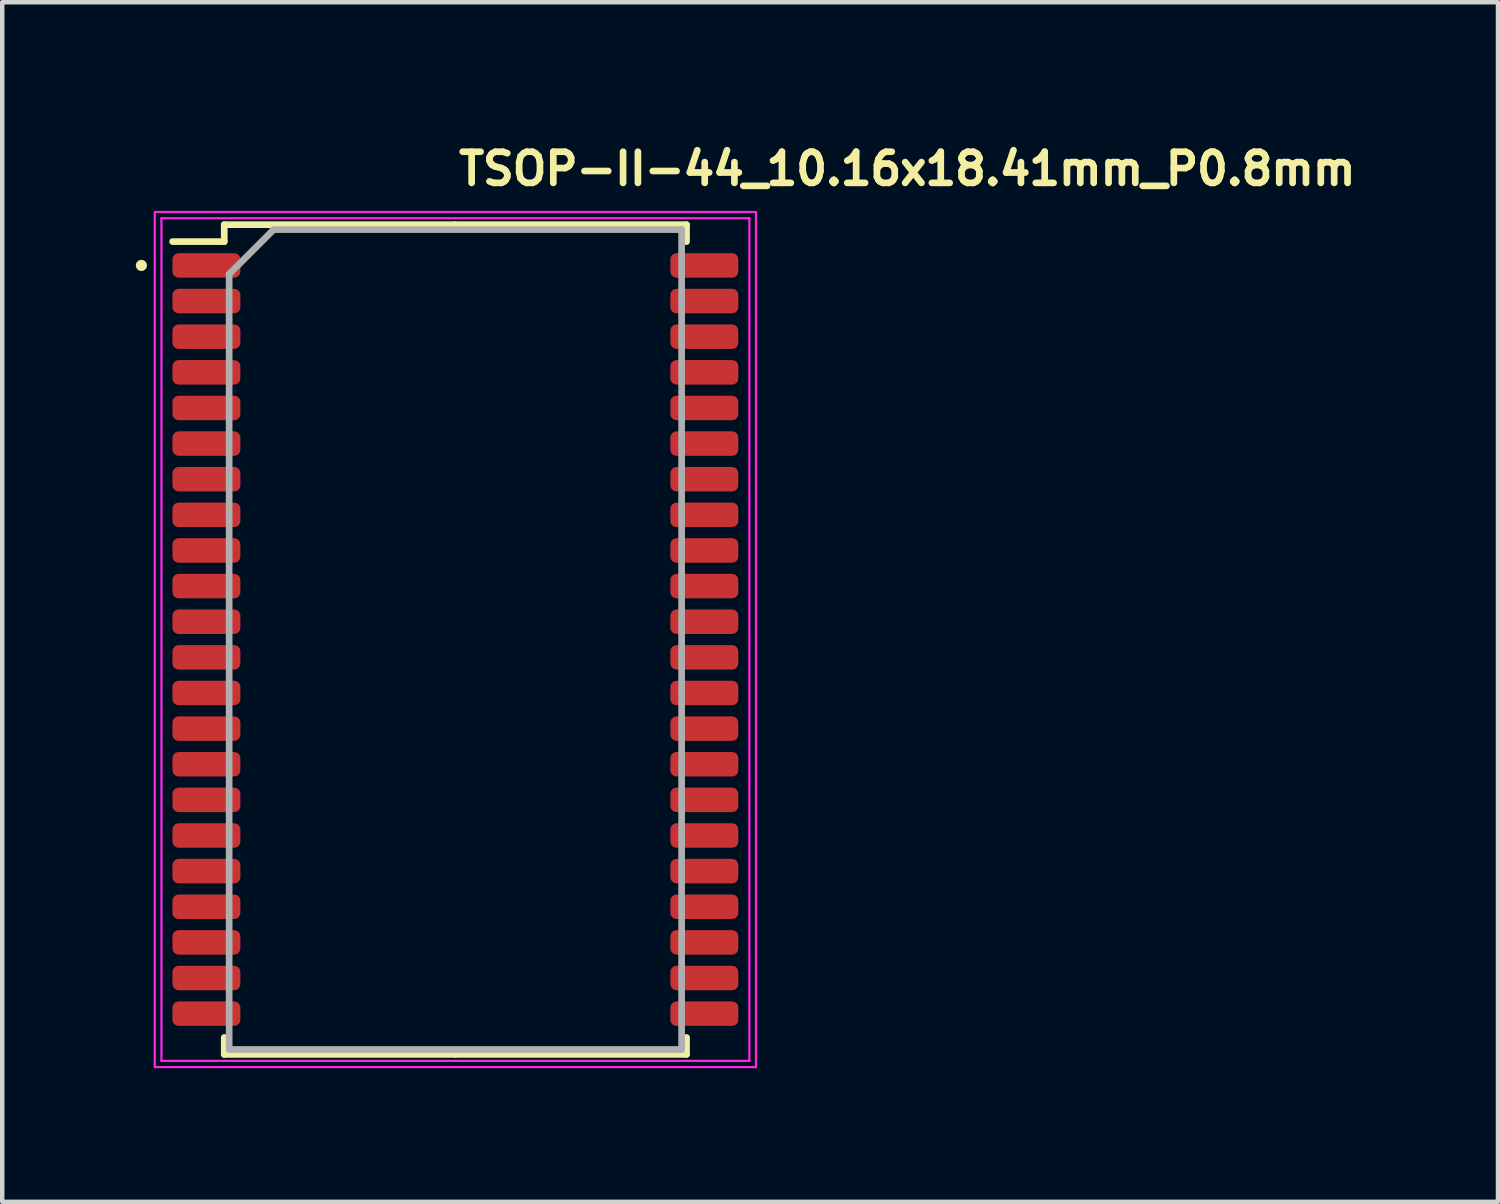
<source format=kicad_pcb>
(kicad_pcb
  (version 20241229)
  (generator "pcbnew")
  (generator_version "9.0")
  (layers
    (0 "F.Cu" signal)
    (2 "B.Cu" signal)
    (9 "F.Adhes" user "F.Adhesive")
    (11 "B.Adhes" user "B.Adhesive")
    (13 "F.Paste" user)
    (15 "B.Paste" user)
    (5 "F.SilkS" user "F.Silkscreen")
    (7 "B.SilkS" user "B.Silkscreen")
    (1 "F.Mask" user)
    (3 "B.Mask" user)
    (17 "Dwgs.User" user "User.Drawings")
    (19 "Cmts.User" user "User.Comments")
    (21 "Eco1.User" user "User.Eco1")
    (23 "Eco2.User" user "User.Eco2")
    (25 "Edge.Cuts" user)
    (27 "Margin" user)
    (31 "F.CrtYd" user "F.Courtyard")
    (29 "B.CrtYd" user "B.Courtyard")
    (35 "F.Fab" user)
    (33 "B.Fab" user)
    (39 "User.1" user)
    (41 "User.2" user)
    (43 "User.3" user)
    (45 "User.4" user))
  (footprint "TSOP-II-44_10.16x18.41mm_P0.8mm"
    (layer "F.Cu")
    (at 7.175 11.31)
    (property "Reference" "TSOP-II-44_10.16x18.41mm_P0.8mm" (at 0 -10.16 0) (layer "F.SilkS") (effects (font (size 0.7 0.7) (thickness 0.15)) (justify left bottom)))
    (attr smd)
    (fp_line (start -5.19 -9.315) (end -5.19 -8.935) (stroke (width 0.15) (type solid)) (layer "F.SilkS"))
    (fp_line (start -5.19 -8.935) (end -6.35 -8.935) (stroke (width 0.15) (type solid)) (layer "F.SilkS"))
    (fp_line (start -5.19 9.315) (end -5.19 8.935) (stroke (width 0.15) (type solid)) (layer "F.SilkS"))
    (fp_line (start 0 -9.315) (end -5.19 -9.315) (stroke (width 0.15) (type solid)) (layer "F.SilkS"))
    (fp_line (start 0 -9.315) (end 5.19 -9.315) (stroke (width 0.15) (type solid)) (layer "F.SilkS"))
    (fp_line (start 0 9.315) (end -5.19 9.315) (stroke (width 0.15) (type solid)) (layer "F.SilkS"))
    (fp_line (start 0 9.315) (end 5.19 9.315) (stroke (width 0.15) (type solid)) (layer "F.SilkS"))
    (fp_line (start 5.19 -9.315) (end 5.19 -8.935) (stroke (width 0.15) (type solid)) (layer "F.SilkS"))
    (fp_line (start 5.19 9.315) (end 5.19 8.935) (stroke (width 0.15) (type solid)) (layer "F.SilkS"))
    (fp_circle (center -7.05 -8.4) (end -7 -8.4) (stroke (width 0.15) (type solid)) (fill yes) (layer "F.SilkS"))
    (fp_line (start -6.6 -9.46) (end -6.6 9.46) (stroke (width 0.05) (type solid)) (layer "F.CrtYd"))
    (fp_line (start -6.6 9.46) (end 6.6 9.46) (stroke (width 0.05) (type solid)) (layer "F.CrtYd"))
    (fp_line (start 6.6 -9.46) (end -6.6 -9.46) (stroke (width 0.05) (type solid)) (layer "F.CrtYd"))
    (fp_line (start 6.6 9.46) (end 6.6 -9.46) (stroke (width 0.05) (type solid)) (layer "F.CrtYd"))
    (fp_rect (start -6.75 -9.6) (end 6.75 9.6) (stroke (width 0.05) (type solid)) (fill no) (layer "F.CrtYd"))
    (fp_line (start -5.08 -8.205) (end -4.08 -9.205) (stroke (width 0.15) (type solid)) (layer "F.Fab"))
    (fp_line (start -5.08 9.205) (end -5.08 -8.205) (stroke (width 0.15) (type solid)) (layer "F.Fab"))
    (fp_line (start -4.08 -9.205) (end 5.08 -9.205) (stroke (width 0.15) (type solid)) (layer "F.Fab"))
    (fp_line (start 5.08 -9.205) (end 5.08 9.205) (stroke (width 0.15) (type solid)) (layer "F.Fab"))
    (fp_line (start 5.08 9.205) (end -5.08 9.205) (stroke (width 0.15) (type solid)) (layer "F.Fab"))
    (fp_rect (start -5.83 -9.205) (end 5.83 9.205) (stroke (width 0.1) (type solid)) (fill no) (layer "User.5"))
    (fp_line (start -5.83 -8.525) (end -5.48 -8.525) (stroke (width 0.02) (type solid)) (layer "User.9"))
    (fp_line (start -5.83 -8.275) (end -5.83 -8.525) (stroke (width 0.02) (type solid)) (layer "User.9"))
    (fp_line (start -5.83 -8.275) (end -5.48 -8.275) (stroke (width 0.02) (type solid)) (layer "User.9"))
    (fp_line (start -5.83 -7.725) (end -5.48 -7.725) (stroke (width 0.02) (type solid)) (layer "User.9"))
    (fp_line (start -5.83 -7.475) (end -5.83 -7.725) (stroke (width 0.02) (type solid)) (layer "User.9"))
    (fp_line (start -5.83 -7.475) (end -5.48 -7.475) (stroke (width 0.02) (type solid)) (layer "User.9"))
    (fp_line (start -5.83 -6.925) (end -5.48 -6.925) (stroke (width 0.02) (type solid)) (layer "User.9"))
    (fp_line (start -5.83 -6.675) (end -5.83 -6.925) (stroke (width 0.02) (type solid)) (layer "User.9"))
    (fp_line (start -5.83 -6.675) (end -5.48 -6.675) (stroke (width 0.02) (type solid)) (layer "User.9"))
    (fp_line (start -5.83 -6.125) (end -5.48 -6.125) (stroke (width 0.02) (type solid)) (layer "User.9"))
    (fp_line (start -5.83 -5.875) (end -5.83 -6.125) (stroke (width 0.02) (type solid)) (layer "User.9"))
    (fp_line (start -5.83 -5.875) (end -5.48 -5.875) (stroke (width 0.02) (type solid)) (layer "User.9"))
    (fp_line (start -5.83 -5.325) (end -5.48 -5.325) (stroke (width 0.02) (type solid)) (layer "User.9"))
    (fp_line (start -5.83 -5.075) (end -5.83 -5.325) (stroke (width 0.02) (type solid)) (layer "User.9"))
    (fp_line (start -5.83 -5.075) (end -5.48 -5.075) (stroke (width 0.02) (type solid)) (layer "User.9"))
    (fp_line (start -5.83 -4.525) (end -5.48 -4.525) (stroke (width 0.02) (type solid)) (layer "User.9"))
    (fp_line (start -5.83 -4.275) (end -5.83 -4.525) (stroke (width 0.02) (type solid)) (layer "User.9"))
    (fp_line (start -5.83 -4.275) (end -5.48 -4.275) (stroke (width 0.02) (type solid)) (layer "User.9"))
    (fp_line (start -5.83 -3.725) (end -5.48 -3.725) (stroke (width 0.02) (type solid)) (layer "User.9"))
    (fp_line (start -5.83 -3.475) (end -5.83 -3.725) (stroke (width 0.02) (type solid)) (layer "User.9"))
    (fp_line (start -5.83 -3.475) (end -5.48 -3.475) (stroke (width 0.02) (type solid)) (layer "User.9"))
    (fp_line (start -5.83 -2.925) (end -5.48 -2.925) (stroke (width 0.02) (type solid)) (layer "User.9"))
    (fp_line (start -5.83 -2.675) (end -5.83 -2.925) (stroke (width 0.02) (type solid)) (layer "User.9"))
    (fp_line (start -5.83 -2.675) (end -5.48 -2.675) (stroke (width 0.02) (type solid)) (layer "User.9"))
    (fp_line (start -5.83 -2.125) (end -5.48 -2.125) (stroke (width 0.02) (type solid)) (layer "User.9"))
    (fp_line (start -5.83 -1.875) (end -5.83 -2.125) (stroke (width 0.02) (type solid)) (layer "User.9"))
    (fp_line (start -5.83 -1.875) (end -5.48 -1.875) (stroke (width 0.02) (type solid)) (layer "User.9"))
    (fp_line (start -5.83 -1.325) (end -5.48 -1.325) (stroke (width 0.02) (type solid)) (layer "User.9"))
    (fp_line (start -5.83 -1.075) (end -5.83 -1.325) (stroke (width 0.02) (type solid)) (layer "User.9"))
    (fp_line (start -5.83 -1.075) (end -5.48 -1.075) (stroke (width 0.02) (type solid)) (layer "User.9"))
    (fp_line (start -5.83 -0.525) (end -5.48 -0.525) (stroke (width 0.02) (type solid)) (layer "User.9"))
    (fp_line (start -5.83 -0.275) (end -5.83 -0.525) (stroke (width 0.02) (type solid)) (layer "User.9"))
    (fp_line (start -5.83 -0.275) (end -5.48 -0.275) (stroke (width 0.02) (type solid)) (layer "User.9"))
    (fp_line (start -5.83 0.275) (end -5.48 0.275) (stroke (width 0.02) (type solid)) (layer "User.9"))
    (fp_line (start -5.83 0.525) (end -5.83 0.275) (stroke (width 0.02) (type solid)) (layer "User.9"))
    (fp_line (start -5.83 0.525) (end -5.48 0.525) (stroke (width 0.02) (type solid)) (layer "User.9"))
    (fp_line (start -5.83 1.075) (end -5.48 1.075) (stroke (width 0.02) (type solid)) (layer "User.9"))
    (fp_line (start -5.83 1.325) (end -5.83 1.075) (stroke (width 0.02) (type solid)) (layer "User.9"))
    (fp_line (start -5.83 1.325) (end -5.48 1.325) (stroke (width 0.02) (type solid)) (layer "User.9"))
    (fp_line (start -5.83 1.875) (end -5.48 1.875) (stroke (width 0.02) (type solid)) (layer "User.9"))
    (fp_line (start -5.83 2.125) (end -5.83 1.875) (stroke (width 0.02) (type solid)) (layer "User.9"))
    (fp_line (start -5.83 2.125) (end -5.48 2.125) (stroke (width 0.02) (type solid)) (layer "User.9"))
    (fp_line (start -5.83 2.675) (end -5.48 2.675) (stroke (width 0.02) (type solid)) (layer "User.9"))
    (fp_line (start -5.83 2.925) (end -5.83 2.675) (stroke (width 0.02) (type solid)) (layer "User.9"))
    (fp_line (start -5.83 2.925) (end -5.48 2.925) (stroke (width 0.02) (type solid)) (layer "User.9"))
    (fp_line (start -5.83 3.475) (end -5.48 3.475) (stroke (width 0.02) (type solid)) (layer "User.9"))
    (fp_line (start -5.83 3.725) (end -5.83 3.475) (stroke (width 0.02) (type solid)) (layer "User.9"))
    (fp_line (start -5.83 3.725) (end -5.48 3.725) (stroke (width 0.02) (type solid)) (layer "User.9"))
    (fp_line (start -5.83 4.275) (end -5.48 4.275) (stroke (width 0.02) (type solid)) (layer "User.9"))
    (fp_line (start -5.83 4.525) (end -5.83 4.275) (stroke (width 0.02) (type solid)) (layer "User.9"))
    (fp_line (start -5.83 4.525) (end -5.48 4.525) (stroke (width 0.02) (type solid)) (layer "User.9"))
    (fp_line (start -5.83 5.075) (end -5.48 5.075) (stroke (width 0.02) (type solid)) (layer "User.9"))
    (fp_line (start -5.83 5.325) (end -5.83 5.075) (stroke (width 0.02) (type solid)) (layer "User.9"))
    (fp_line (start -5.83 5.325) (end -5.48 5.325) (stroke (width 0.02) (type solid)) (layer "User.9"))
    (fp_line (start -5.83 5.875) (end -5.48 5.875) (stroke (width 0.02) (type solid)) (layer "User.9"))
    (fp_line (start -5.83 6.125) (end -5.83 5.875) (stroke (width 0.02) (type solid)) (layer "User.9"))
    (fp_line (start -5.83 6.125) (end -5.48 6.125) (stroke (width 0.02) (type solid)) (layer "User.9"))
    (fp_line (start -5.83 6.675) (end -5.48 6.675) (stroke (width 0.02) (type solid)) (layer "User.9"))
    (fp_line (start -5.83 6.925) (end -5.83 6.675) (stroke (width 0.02) (type solid)) (layer "User.9"))
    (fp_line (start -5.83 6.925) (end -5.48 6.925) (stroke (width 0.02) (type solid)) (layer "User.9"))
    (fp_line (start -5.83 7.475) (end -5.48 7.475) (stroke (width 0.02) (type solid)) (layer "User.9"))
    (fp_line (start -5.83 7.725) (end -5.83 7.475) (stroke (width 0.02) (type solid)) (layer "User.9"))
    (fp_line (start -5.83 7.725) (end -5.48 7.725) (stroke (width 0.02) (type solid)) (layer "User.9"))
    (fp_line (start -5.83 8.275) (end -5.48 8.275) (stroke (width 0.02) (type solid)) (layer "User.9"))
    (fp_line (start -5.83 8.525) (end -5.83 8.275) (stroke (width 0.02) (type solid)) (layer "User.9"))
    (fp_line (start -5.83 8.525) (end -5.48 8.525) (stroke (width 0.02) (type solid)) (layer "User.9"))
    (fp_line (start -5.48 -8.525) (end -5.38 -8.525) (stroke (width 0.02) (type solid)) (layer "User.9"))
    (fp_line (start -5.48 -8.275) (end -5.38 -8.275) (stroke (width 0.02) (type solid)) (layer "User.9"))
    (fp_line (start -5.48 -7.725) (end -5.38 -7.725) (stroke (width 0.02) (type solid)) (layer "User.9"))
    (fp_line (start -5.48 -7.475) (end -5.38 -7.475) (stroke (width 0.02) (type solid)) (layer "User.9"))
    (fp_line (start -5.48 -6.925) (end -5.38 -6.925) (stroke (width 0.02) (type solid)) (layer "User.9"))
    (fp_line (start -5.48 -6.675) (end -5.38 -6.675) (stroke (width 0.02) (type solid)) (layer "User.9"))
    (fp_line (start -5.48 -6.125) (end -5.38 -6.125) (stroke (width 0.02) (type solid)) (layer "User.9"))
    (fp_line (start -5.48 -5.875) (end -5.38 -5.875) (stroke (width 0.02) (type solid)) (layer "User.9"))
    (fp_line (start -5.48 -5.325) (end -5.38 -5.325) (stroke (width 0.02) (type solid)) (layer "User.9"))
    (fp_line (start -5.48 -5.075) (end -5.38 -5.075) (stroke (width 0.02) (type solid)) (layer "User.9"))
    (fp_line (start -5.48 -4.525) (end -5.38 -4.525) (stroke (width 0.02) (type solid)) (layer "User.9"))
    (fp_line (start -5.48 -4.275) (end -5.38 -4.275) (stroke (width 0.02) (type solid)) (layer "User.9"))
    (fp_line (start -5.48 -3.725) (end -5.38 -3.725) (stroke (width 0.02) (type solid)) (layer "User.9"))
    (fp_line (start -5.48 -3.475) (end -5.38 -3.475) (stroke (width 0.02) (type solid)) (layer "User.9"))
    (fp_line (start -5.48 -2.925) (end -5.38 -2.925) (stroke (width 0.02) (type solid)) (layer "User.9"))
    (fp_line (start -5.48 -2.675) (end -5.38 -2.675) (stroke (width 0.02) (type solid)) (layer "User.9"))
    (fp_line (start -5.48 -2.125) (end -5.38 -2.125) (stroke (width 0.02) (type solid)) (layer "User.9"))
    (fp_line (start -5.48 -1.875) (end -5.38 -1.875) (stroke (width 0.02) (type solid)) (layer "User.9"))
    (fp_line (start -5.48 -1.325) (end -5.38 -1.325) (stroke (width 0.02) (type solid)) (layer "User.9"))
    (fp_line (start -5.48 -1.075) (end -5.38 -1.075) (stroke (width 0.02) (type solid)) (layer "User.9"))
    (fp_line (start -5.48 -0.525) (end -5.38 -0.525) (stroke (width 0.02) (type solid)) (layer "User.9"))
    (fp_line (start -5.48 -0.275) (end -5.38 -0.275) (stroke (width 0.02) (type solid)) (layer "User.9"))
    (fp_line (start -5.48 0.275) (end -5.38 0.275) (stroke (width 0.02) (type solid)) (layer "User.9"))
    (fp_line (start -5.48 0.525) (end -5.38 0.525) (stroke (width 0.02) (type solid)) (layer "User.9"))
    (fp_line (start -5.48 1.075) (end -5.38 1.075) (stroke (width 0.02) (type solid)) (layer "User.9"))
    (fp_line (start -5.48 1.325) (end -5.38 1.325) (stroke (width 0.02) (type solid)) (layer "User.9"))
    (fp_line (start -5.48 1.875) (end -5.38 1.875) (stroke (width 0.02) (type solid)) (layer "User.9"))
    (fp_line (start -5.48 2.125) (end -5.38 2.125) (stroke (width 0.02) (type solid)) (layer "User.9"))
    (fp_line (start -5.48 2.675) (end -5.38 2.675) (stroke (width 0.02) (type solid)) (layer "User.9"))
    (fp_line (start -5.48 2.925) (end -5.38 2.925) (stroke (width 0.02) (type solid)) (layer "User.9"))
    (fp_line (start -5.48 3.475) (end -5.38 3.475) (stroke (width 0.02) (type solid)) (layer "User.9"))
    (fp_line (start -5.48 3.725) (end -5.38 3.725) (stroke (width 0.02) (type solid)) (layer "User.9"))
    (fp_line (start -5.48 4.275) (end -5.38 4.275) (stroke (width 0.02) (type solid)) (layer "User.9"))
    (fp_line (start -5.48 4.525) (end -5.38 4.525) (stroke (width 0.02) (type solid)) (layer "User.9"))
    (fp_line (start -5.48 5.075) (end -5.38 5.075) (stroke (width 0.02) (type solid)) (layer "User.9"))
    (fp_line (start -5.48 5.325) (end -5.38 5.325) (stroke (width 0.02) (type solid)) (layer "User.9"))
    (fp_line (start -5.48 5.875) (end -5.38 5.875) (stroke (width 0.02) (type solid)) (layer "User.9"))
    (fp_line (start -5.48 6.125) (end -5.38 6.125) (stroke (width 0.02) (type solid)) (layer "User.9"))
    (fp_line (start -5.48 6.675) (end -5.38 6.675) (stroke (width 0.02) (type solid)) (layer "User.9"))
    (fp_line (start -5.48 6.925) (end -5.38 6.925) (stroke (width 0.02) (type solid)) (layer "User.9"))
    (fp_line (start -5.48 7.475) (end -5.38 7.475) (stroke (width 0.02) (type solid)) (layer "User.9"))
    (fp_line (start -5.48 7.725) (end -5.38 7.725) (stroke (width 0.02) (type solid)) (layer "User.9"))
    (fp_line (start -5.48 8.275) (end -5.38 8.275) (stroke (width 0.02) (type solid)) (layer "User.9"))
    (fp_line (start -5.48 8.525) (end -5.38 8.525) (stroke (width 0.02) (type solid)) (layer "User.9"))
    (fp_line (start -5.38 -8.525) (end -5.18 -8.525) (stroke (width 0.02) (type solid)) (layer "User.9"))
    (fp_line (start -5.38 -8.275) (end -5.38 -8.525) (stroke (width 0.02) (type solid)) (layer "User.9"))
    (fp_line (start -5.38 -8.275) (end -5.38 -8.525) (stroke (width 0.02) (type solid)) (layer "User.9"))
    (fp_line (start -5.38 -8.275) (end -5.18 -8.275) (stroke (width 0.02) (type solid)) (layer "User.9"))
    (fp_line (start -5.38 -7.725) (end -5.18 -7.725) (stroke (width 0.02) (type solid)) (layer "User.9"))
    (fp_line (start -5.38 -7.475) (end -5.38 -7.725) (stroke (width 0.02) (type solid)) (layer "User.9"))
    (fp_line (start -5.38 -7.475) (end -5.38 -7.725) (stroke (width 0.02) (type solid)) (layer "User.9"))
    (fp_line (start -5.38 -7.475) (end -5.18 -7.475) (stroke (width 0.02) (type solid)) (layer "User.9"))
    (fp_line (start -5.38 -6.925) (end -5.18 -6.925) (stroke (width 0.02) (type solid)) (layer "User.9"))
    (fp_line (start -5.38 -6.675) (end -5.38 -6.925) (stroke (width 0.02) (type solid)) (layer "User.9"))
    (fp_line (start -5.38 -6.675) (end -5.38 -6.925) (stroke (width 0.02) (type solid)) (layer "User.9"))
    (fp_line (start -5.38 -6.675) (end -5.18 -6.675) (stroke (width 0.02) (type solid)) (layer "User.9"))
    (fp_line (start -5.38 -6.125) (end -5.18 -6.125) (stroke (width 0.02) (type solid)) (layer "User.9"))
    (fp_line (start -5.38 -5.875) (end -5.38 -6.125) (stroke (width 0.02) (type solid)) (layer "User.9"))
    (fp_line (start -5.38 -5.875) (end -5.18 -5.875) (stroke (width 0.02) (type solid)) (layer "User.9"))
    (fp_line (start -5.38 -5.325) (end -5.18 -5.325) (stroke (width 0.02) (type solid)) (layer "User.9"))
    (fp_line (start -5.38 -5.075) (end -5.38 -5.325) (stroke (width 0.02) (type solid)) (layer "User.9"))
    (fp_line (start -5.38 -5.075) (end -5.18 -5.075) (stroke (width 0.02) (type solid)) (layer "User.9"))
    (fp_line (start -5.38 -4.525) (end -5.18 -4.525) (stroke (width 0.02) (type solid)) (layer "User.9"))
    (fp_line (start -5.38 -4.275) (end -5.38 -4.525) (stroke (width 0.02) (type solid)) (layer "User.9"))
    (fp_line (start -5.38 -4.275) (end -5.38 -4.525) (stroke (width 0.02) (type solid)) (layer "User.9"))
    (fp_line (start -5.38 -4.275) (end -5.18 -4.275) (stroke (width 0.02) (type solid)) (layer "User.9"))
    (fp_line (start -5.38 -3.725) (end -5.18 -3.725) (stroke (width 0.02) (type solid)) (layer "User.9"))
    (fp_line (start -5.38 -3.475) (end -5.38 -3.725) (stroke (width 0.02) (type solid)) (layer "User.9"))
    (fp_line (start -5.38 -3.475) (end -5.18 -3.475) (stroke (width 0.02) (type solid)) (layer "User.9"))
    (fp_line (start -5.38 -2.925) (end -5.18 -2.925) (stroke (width 0.02) (type solid)) (layer "User.9"))
    (fp_line (start -5.38 -2.675) (end -5.38 -2.925) (stroke (width 0.02) (type solid)) (layer "User.9"))
    (fp_line (start -5.38 -2.675) (end -5.38 -2.925) (stroke (width 0.02) (type solid)) (layer "User.9"))
    (fp_line (start -5.38 -2.675) (end -5.18 -2.675) (stroke (width 0.02) (type solid)) (layer "User.9"))
    (fp_line (start -5.38 -2.125) (end -5.18 -2.125) (stroke (width 0.02) (type solid)) (layer "User.9"))
    (fp_line (start -5.38 -1.875) (end -5.38 -2.125) (stroke (width 0.02) (type solid)) (layer "User.9"))
    (fp_line (start -5.38 -1.875) (end -5.38 -2.125) (stroke (width 0.02) (type solid)) (layer "User.9"))
    (fp_line (start -5.38 -1.875) (end -5.18 -1.875) (stroke (width 0.02) (type solid)) (layer "User.9"))
    (fp_line (start -5.38 -1.325) (end -5.18 -1.325) (stroke (width 0.02) (type solid)) (layer "User.9"))
    (fp_line (start -5.38 -1.075) (end -5.38 -1.325) (stroke (width 0.02) (type solid)) (layer "User.9"))
    (fp_line (start -5.38 -1.075) (end -5.18 -1.075) (stroke (width 0.02) (type solid)) (layer "User.9"))
    (fp_line (start -5.38 -0.525) (end -5.18 -0.525) (stroke (width 0.02) (type solid)) (layer "User.9"))
    (fp_line (start -5.38 -0.275) (end -5.38 -0.525) (stroke (width 0.02) (type solid)) (layer "User.9"))
    (fp_line (start -5.38 -0.275) (end -5.38 -0.525) (stroke (width 0.02) (type solid)) (layer "User.9"))
    (fp_line (start -5.38 -0.275) (end -5.18 -0.275) (stroke (width 0.02) (type solid)) (layer "User.9"))
    (fp_line (start -5.38 0.275) (end -5.18 0.275) (stroke (width 0.02) (type solid)) (layer "User.9"))
    (fp_line (start -5.38 0.525) (end -5.38 0.275) (stroke (width 0.02) (type solid)) (layer "User.9"))
    (fp_line (start -5.38 0.525) (end -5.38 0.275) (stroke (width 0.02) (type solid)) (layer "User.9"))
    (fp_line (start -5.38 0.525) (end -5.18 0.525) (stroke (width 0.02) (type solid)) (layer "User.9"))
    (fp_line (start -5.38 1.075) (end -5.18 1.075) (stroke (width 0.02) (type solid)) (layer "User.9"))
    (fp_line (start -5.38 1.325) (end -5.38 1.075) (stroke (width 0.02) (type solid)) (layer "User.9"))
    (fp_line (start -5.38 1.325) (end -5.38 1.075) (stroke (width 0.02) (type solid)) (layer "User.9"))
    (fp_line (start -5.38 1.325) (end -5.18 1.325) (stroke (width 0.02) (type solid)) (layer "User.9"))
    (fp_line (start -5.38 1.875) (end -5.18 1.875) (stroke (width 0.02) (type solid)) (layer "User.9"))
    (fp_line (start -5.38 2.125) (end -5.38 1.875) (stroke (width 0.02) (type solid)) (layer "User.9"))
    (fp_line (start -5.38 2.125) (end -5.18 2.125) (stroke (width 0.02) (type solid)) (layer "User.9"))
    (fp_line (start -5.38 2.675) (end -5.18 2.675) (stroke (width 0.02) (type solid)) (layer "User.9"))
    (fp_line (start -5.38 2.925) (end -5.38 2.675) (stroke (width 0.02) (type solid)) (layer "User.9"))
    (fp_line (start -5.38 2.925) (end -5.18 2.925) (stroke (width 0.02) (type solid)) (layer "User.9"))
    (fp_line (start -5.38 3.475) (end -5.18 3.475) (stroke (width 0.02) (type solid)) (layer "User.9"))
    (fp_line (start -5.38 3.725) (end -5.38 3.475) (stroke (width 0.02) (type solid)) (layer "User.9"))
    (fp_line (start -5.38 3.725) (end -5.38 3.475) (stroke (width 0.02) (type solid)) (layer "User.9"))
    (fp_line (start -5.38 3.725) (end -5.18 3.725) (stroke (width 0.02) (type solid)) (layer "User.9"))
    (fp_line (start -5.38 4.275) (end -5.18 4.275) (stroke (width 0.02) (type solid)) (layer "User.9"))
    (fp_line (start -5.38 4.525) (end -5.38 4.275) (stroke (width 0.02) (type solid)) (layer "User.9"))
    (fp_line (start -5.38 4.525) (end -5.18 4.525) (stroke (width 0.02) (type solid)) (layer "User.9"))
    (fp_line (start -5.38 5.075) (end -5.18 5.075) (stroke (width 0.02) (type solid)) (layer "User.9"))
    (fp_line (start -5.38 5.325) (end -5.38 5.075) (stroke (width 0.02) (type solid)) (layer "User.9"))
    (fp_line (start -5.38 5.325) (end -5.38 5.075) (stroke (width 0.02) (type solid)) (layer "User.9"))
    (fp_line (start -5.38 5.325) (end -5.18 5.325) (stroke (width 0.02) (type solid)) (layer "User.9"))
    (fp_line (start -5.38 5.875) (end -5.18 5.875) (stroke (width 0.02) (type solid)) (layer "User.9"))
    (fp_line (start -5.38 6.125) (end -5.38 5.875) (stroke (width 0.02) (type solid)) (layer "User.9"))
    (fp_line (start -5.38 6.125) (end -5.38 5.875) (stroke (width 0.02) (type solid)) (layer "User.9"))
    (fp_line (start -5.38 6.125) (end -5.18 6.125) (stroke (width 0.02) (type solid)) (layer "User.9"))
    (fp_line (start -5.38 6.675) (end -5.18 6.675) (stroke (width 0.02) (type solid)) (layer "User.9"))
    (fp_line (start -5.38 6.925) (end -5.38 6.675) (stroke (width 0.02) (type solid)) (layer "User.9"))
    (fp_line (start -5.38 6.925) (end -5.18 6.925) (stroke (width 0.02) (type solid)) (layer "User.9"))
    (fp_line (start -5.38 7.475) (end -5.18 7.475) (stroke (width 0.02) (type solid)) (layer "User.9"))
    (fp_line (start -5.38 7.725) (end -5.38 7.475) (stroke (width 0.02) (type solid)) (layer "User.9"))
    (fp_line (start -5.38 7.725) (end -5.38 7.475) (stroke (width 0.02) (type solid)) (layer "User.9"))
    (fp_line (start -5.38 7.725) (end -5.18 7.725) (stroke (width 0.02) (type solid)) (layer "User.9"))
    (fp_line (start -5.38 8.275) (end -5.18 8.275) (stroke (width 0.02) (type solid)) (layer "User.9"))
    (fp_line (start -5.38 8.525) (end -5.38 8.275) (stroke (width 0.02) (type solid)) (layer "User.9"))
    (fp_line (start -5.38 8.525) (end -5.38 8.275) (stroke (width 0.02) (type solid)) (layer "User.9"))
    (fp_line (start -5.38 8.525) (end -5.18 8.525) (stroke (width 0.02) (type solid)) (layer "User.9"))
    (fp_line (start -5.18 -8.525) (end -5.08 -8.525) (stroke (width 0.02) (type solid)) (layer "User.9"))
    (fp_line (start -5.18 -8.275) (end -5.08 -8.275) (stroke (width 0.02) (type solid)) (layer "User.9"))
    (fp_line (start -5.18 -7.725) (end -5.08 -7.725) (stroke (width 0.02) (type solid)) (layer "User.9"))
    (fp_line (start -5.18 -7.475) (end -5.08 -7.475) (stroke (width 0.02) (type solid)) (layer "User.9"))
    (fp_line (start -5.18 -6.925) (end -5.08 -6.925) (stroke (width 0.02) (type solid)) (layer "User.9"))
    (fp_line (start -5.18 -6.675) (end -5.08 -6.675) (stroke (width 0.02) (type solid)) (layer "User.9"))
    (fp_line (start -5.18 -6.125) (end -5.08 -6.125) (stroke (width 0.02) (type solid)) (layer "User.9"))
    (fp_line (start -5.18 -5.875) (end -5.08 -5.875) (stroke (width 0.02) (type solid)) (layer "User.9"))
    (fp_line (start -5.18 -5.325) (end -5.08 -5.325) (stroke (width 0.02) (type solid)) (layer "User.9"))
    (fp_line (start -5.18 -5.075) (end -5.08 -5.075) (stroke (width 0.02) (type solid)) (layer "User.9"))
    (fp_line (start -5.18 -4.525) (end -5.08 -4.525) (stroke (width 0.02) (type solid)) (layer "User.9"))
    (fp_line (start -5.18 -4.275) (end -5.08 -4.275) (stroke (width 0.02) (type solid)) (layer "User.9"))
    (fp_line (start -5.18 -3.725) (end -5.08 -3.725) (stroke (width 0.02) (type solid)) (layer "User.9"))
    (fp_line (start -5.18 -3.475) (end -5.08 -3.475) (stroke (width 0.02) (type solid)) (layer "User.9"))
    (fp_line (start -5.18 -2.925) (end -5.08 -2.925) (stroke (width 0.02) (type solid)) (layer "User.9"))
    (fp_line (start -5.18 -2.675) (end -5.08 -2.675) (stroke (width 0.02) (type solid)) (layer "User.9"))
    (fp_line (start -5.18 -2.125) (end -5.08 -2.125) (stroke (width 0.02) (type solid)) (layer "User.9"))
    (fp_line (start -5.18 -1.875) (end -5.08 -1.875) (stroke (width 0.02) (type solid)) (layer "User.9"))
    (fp_line (start -5.18 -1.325) (end -5.08 -1.325) (stroke (width 0.02) (type solid)) (layer "User.9"))
    (fp_line (start -5.18 -1.075) (end -5.08 -1.075) (stroke (width 0.02) (type solid)) (layer "User.9"))
    (fp_line (start -5.18 -0.525) (end -5.08 -0.525) (stroke (width 0.02) (type solid)) (layer "User.9"))
    (fp_line (start -5.18 -0.275) (end -5.08 -0.275) (stroke (width 0.02) (type solid)) (layer "User.9"))
    (fp_line (start -5.18 0.275) (end -5.08 0.275) (stroke (width 0.02) (type solid)) (layer "User.9"))
    (fp_line (start -5.18 0.525) (end -5.08 0.525) (stroke (width 0.02) (type solid)) (layer "User.9"))
    (fp_line (start -5.18 1.075) (end -5.08 1.075) (stroke (width 0.02) (type solid)) (layer "User.9"))
    (fp_line (start -5.18 1.325) (end -5.08 1.325) (stroke (width 0.02) (type solid)) (layer "User.9"))
    (fp_line (start -5.18 1.875) (end -5.08 1.875) (stroke (width 0.02) (type solid)) (layer "User.9"))
    (fp_line (start -5.18 2.125) (end -5.08 2.125) (stroke (width 0.02) (type solid)) (layer "User.9"))
    (fp_line (start -5.18 2.675) (end -5.08 2.675) (stroke (width 0.02) (type solid)) (layer "User.9"))
    (fp_line (start -5.18 2.925) (end -5.08 2.925) (stroke (width 0.02) (type solid)) (layer "User.9"))
    (fp_line (start -5.18 3.475) (end -5.08 3.475) (stroke (width 0.02) (type solid)) (layer "User.9"))
    (fp_line (start -5.18 3.725) (end -5.08 3.725) (stroke (width 0.02) (type solid)) (layer "User.9"))
    (fp_line (start -5.18 4.275) (end -5.08 4.275) (stroke (width 0.02) (type solid)) (layer "User.9"))
    (fp_line (start -5.18 4.525) (end -5.08 4.525) (stroke (width 0.02) (type solid)) (layer "User.9"))
    (fp_line (start -5.18 5.075) (end -5.08 5.075) (stroke (width 0.02) (type solid)) (layer "User.9"))
    (fp_line (start -5.18 5.325) (end -5.08 5.325) (stroke (width 0.02) (type solid)) (layer "User.9"))
    (fp_line (start -5.18 5.875) (end -5.08 5.875) (stroke (width 0.02) (type solid)) (layer "User.9"))
    (fp_line (start -5.18 6.125) (end -5.08 6.125) (stroke (width 0.02) (type solid)) (layer "User.9"))
    (fp_line (start -5.18 6.675) (end -5.08 6.675) (stroke (width 0.02) (type solid)) (layer "User.9"))
    (fp_line (start -5.18 6.925) (end -5.08 6.925) (stroke (width 0.02) (type solid)) (layer "User.9"))
    (fp_line (start -5.18 7.475) (end -5.08 7.475) (stroke (width 0.02) (type solid)) (layer "User.9"))
    (fp_line (start -5.18 7.725) (end -5.08 7.725) (stroke (width 0.02) (type solid)) (layer "User.9"))
    (fp_line (start -5.18 8.275) (end -5.08 8.275) (stroke (width 0.02) (type solid)) (layer "User.9"))
    (fp_line (start -5.18 8.525) (end -5.08 8.525) (stroke (width 0.02) (type solid)) (layer "User.9"))
    (fp_line (start -5.08 -9.03) (end -5.005 -8.992) (stroke (width 0.02) (type solid)) (layer "User.9"))
    (fp_line (start -5.08 -9.03) (end -4.905 -9.205) (stroke (width 0.02) (type solid)) (layer "User.9"))
    (fp_line (start -5.08 -8.525) (end -5.08 -9.03) (stroke (width 0.02) (type solid)) (layer "User.9"))
    (fp_line (start -5.08 -7.725) (end -5.08 -8.275) (stroke (width 0.02) (type solid)) (layer "User.9"))
    (fp_line (start -5.08 -6.925) (end -5.08 -7.475) (stroke (width 0.02) (type solid)) (layer "User.9"))
    (fp_line (start -5.08 -6.125) (end -5.08 -6.675) (stroke (width 0.02) (type solid)) (layer "User.9"))
    (fp_line (start -5.08 -5.325) (end -5.08 -5.875) (stroke (width 0.02) (type solid)) (layer "User.9"))
    (fp_line (start -5.08 -4.525) (end -5.08 -5.075) (stroke (width 0.02) (type solid)) (layer "User.9"))
    (fp_line (start -5.08 -3.725) (end -5.08 -4.275) (stroke (width 0.02) (type solid)) (layer "User.9"))
    (fp_line (start -5.08 -2.925) (end -5.08 -3.475) (stroke (width 0.02) (type solid)) (layer "User.9"))
    (fp_line (start -5.08 -2.125) (end -5.08 -2.675) (stroke (width 0.02) (type solid)) (layer "User.9"))
    (fp_line (start -5.08 -1.325) (end -5.08 -1.875) (stroke (width 0.02) (type solid)) (layer "User.9"))
    (fp_line (start -5.08 -0.525) (end -5.08 -1.075) (stroke (width 0.02) (type solid)) (layer "User.9"))
    (fp_line (start -5.08 0.275) (end -5.08 -0.275) (stroke (width 0.02) (type solid)) (layer "User.9"))
    (fp_line (start -5.08 1.075) (end -5.08 0.525) (stroke (width 0.02) (type solid)) (layer "User.9"))
    (fp_line (start -5.08 1.875) (end -5.08 1.325) (stroke (width 0.02) (type solid)) (layer "User.9"))
    (fp_line (start -5.08 2.675) (end -5.08 2.125) (stroke (width 0.02) (type solid)) (layer "User.9"))
    (fp_line (start -5.08 3.475) (end -5.08 2.925) (stroke (width 0.02) (type solid)) (layer "User.9"))
    (fp_line (start -5.08 4.275) (end -5.08 3.725) (stroke (width 0.02) (type solid)) (layer "User.9"))
    (fp_line (start -5.08 5.075) (end -5.08 4.525) (stroke (width 0.02) (type solid)) (layer "User.9"))
    (fp_line (start -5.08 5.875) (end -5.08 5.325) (stroke (width 0.02) (type solid)) (layer "User.9"))
    (fp_line (start -5.08 6.675) (end -5.08 6.125) (stroke (width 0.02) (type solid)) (layer "User.9"))
    (fp_line (start -5.08 7.475) (end -5.08 6.925) (stroke (width 0.02) (type solid)) (layer "User.9"))
    (fp_line (start -5.08 8.275) (end -5.08 7.725) (stroke (width 0.02) (type solid)) (layer "User.9"))
    (fp_line (start -5.08 9.03) (end -5.08 8.525) (stroke (width 0.02) (type solid)) (layer "User.9"))
    (fp_line (start -5.08 9.03) (end -5.005 8.992) (stroke (width 0.02) (type solid)) (layer "User.9"))
    (fp_line (start -5.005 -8.992) (end -4.894 -8.937) (stroke (width 0.02) (type solid)) (layer "User.9"))
    (fp_line (start -5.005 -8.992) (end -4.868 -9.13) (stroke (width 0.02) (type solid)) (layer "User.9"))
    (fp_line (start -5.005 -8.525) (end -5.005 -8.992) (stroke (width 0.02) (type solid)) (layer "User.9"))
    (fp_line (start -5.005 -8.275) (end -5.005 -8.525) (stroke (width 0.02) (type solid)) (layer "User.9"))
    (fp_line (start -5.005 -7.725) (end -5.005 -8.275) (stroke (width 0.02) (type solid)) (layer "User.9"))
    (fp_line (start -5.005 -7.475) (end -5.005 -7.725) (stroke (width 0.02) (type solid)) (layer "User.9"))
    (fp_line (start -5.005 -6.925) (end -5.005 -7.475) (stroke (width 0.02) (type solid)) (layer "User.9"))
    (fp_line (start -5.005 -6.675) (end -5.005 -6.925) (stroke (width 0.02) (type solid)) (layer "User.9"))
    (fp_line (start -5.005 -6.125) (end -5.005 -6.675) (stroke (width 0.02) (type solid)) (layer "User.9"))
    (fp_line (start -5.005 -5.875) (end -5.005 -6.125) (stroke (width 0.02) (type solid)) (layer "User.9"))
    (fp_line (start -5.005 -5.325) (end -5.005 -5.875) (stroke (width 0.02) (type solid)) (layer "User.9"))
    (fp_line (start -5.005 -5.075) (end -5.005 -5.325) (stroke (width 0.02) (type solid)) (layer "User.9"))
    (fp_line (start -5.005 -4.525) (end -5.005 -5.075) (stroke (width 0.02) (type solid)) (layer "User.9"))
    (fp_line (start -5.005 -4.275) (end -5.005 -4.525) (stroke (width 0.02) (type solid)) (layer "User.9"))
    (fp_line (start -5.005 -3.725) (end -5.005 -4.275) (stroke (width 0.02) (type solid)) (layer "User.9"))
    (fp_line (start -5.005 -3.475) (end -5.005 -3.725) (stroke (width 0.02) (type solid)) (layer "User.9"))
    (fp_line (start -5.005 -2.925) (end -5.005 -3.475) (stroke (width 0.02) (type solid)) (layer "User.9"))
    (fp_line (start -5.005 -2.675) (end -5.005 -2.925) (stroke (width 0.02) (type solid)) (layer "User.9"))
    (fp_line (start -5.005 -2.125) (end -5.005 -2.675) (stroke (width 0.02) (type solid)) (layer "User.9"))
    (fp_line (start -5.005 -1.875) (end -5.005 -2.125) (stroke (width 0.02) (type solid)) (layer "User.9"))
    (fp_line (start -5.005 -1.325) (end -5.005 -1.875) (stroke (width 0.02) (type solid)) (layer "User.9"))
    (fp_line (start -5.005 -1.075) (end -5.005 -1.325) (stroke (width 0.02) (type solid)) (layer "User.9"))
    (fp_line (start -5.005 -0.525) (end -5.005 -1.075) (stroke (width 0.02) (type solid)) (layer "User.9"))
    (fp_line (start -5.005 -0.275) (end -5.005 -0.525) (stroke (width 0.02) (type solid)) (layer "User.9"))
    (fp_line (start -5.005 0.275) (end -5.005 -0.275) (stroke (width 0.02) (type solid)) (layer "User.9"))
    (fp_line (start -5.005 0.525) (end -5.005 0.275) (stroke (width 0.02) (type solid)) (layer "User.9"))
    (fp_line (start -5.005 1.075) (end -5.005 0.525) (stroke (width 0.02) (type solid)) (layer "User.9"))
    (fp_line (start -5.005 1.325) (end -5.005 1.075) (stroke (width 0.02) (type solid)) (layer "User.9"))
    (fp_line (start -5.005 1.875) (end -5.005 1.325) (stroke (width 0.02) (type solid)) (layer "User.9"))
    (fp_line (start -5.005 2.125) (end -5.005 1.875) (stroke (width 0.02) (type solid)) (layer "User.9"))
    (fp_line (start -5.005 2.675) (end -5.005 2.125) (stroke (width 0.02) (type solid)) (layer "User.9"))
    (fp_line (start -5.005 2.925) (end -5.005 2.675) (stroke (width 0.02) (type solid)) (layer "User.9"))
    (fp_line (start -5.005 3.475) (end -5.005 2.925) (stroke (width 0.02) (type solid)) (layer "User.9"))
    (fp_line (start -5.005 3.725) (end -5.005 3.475) (stroke (width 0.02) (type solid)) (layer "User.9"))
    (fp_line (start -5.005 4.275) (end -5.005 3.725) (stroke (width 0.02) (type solid)) (layer "User.9"))
    (fp_line (start -5.005 4.525) (end -5.005 4.275) (stroke (width 0.02) (type solid)) (layer "User.9"))
    (fp_line (start -5.005 5.075) (end -5.005 4.525) (stroke (width 0.02) (type solid)) (layer "User.9"))
    (fp_line (start -5.005 5.325) (end -5.005 5.075) (stroke (width 0.02) (type solid)) (layer "User.9"))
    (fp_line (start -5.005 5.875) (end -5.005 5.325) (stroke (width 0.02) (type solid)) (layer "User.9"))
    (fp_line (start -5.005 6.125) (end -5.005 5.875) (stroke (width 0.02) (type solid)) (layer "User.9"))
    (fp_line (start -5.005 6.675) (end -5.005 6.125) (stroke (width 0.02) (type solid)) (layer "User.9"))
    (fp_line (start -5.005 6.925) (end -5.005 6.675) (stroke (width 0.02) (type solid)) (layer "User.9"))
    (fp_line (start -5.005 7.475) (end -5.005 6.925) (stroke (width 0.02) (type solid)) (layer "User.9"))
    (fp_line (start -5.005 7.725) (end -5.005 7.475) (stroke (width 0.02) (type solid)) (layer "User.9"))
    (fp_line (start -5.005 8.275) (end -5.005 7.725) (stroke (width 0.02) (type solid)) (layer "User.9"))
    (fp_line (start -5.005 8.525) (end -5.005 8.275) (stroke (width 0.02) (type solid)) (layer "User.9"))
    (fp_line (start -5.005 8.992) (end -5.005 8.525) (stroke (width 0.02) (type solid)) (layer "User.9"))
    (fp_line (start -5.005 8.992) (end -4.894 8.937) (stroke (width 0.02) (type solid)) (layer "User.9"))
    (fp_line (start -4.905 -9.205) (end -4.868 -9.13) (stroke (width 0.02) (type solid)) (layer "User.9"))
    (fp_line (start -4.905 -9.205) (end 4.905 -9.205) (stroke (width 0.02) (type solid)) (layer "User.9"))
    (fp_line (start -4.905 9.205) (end -5.08 9.03) (stroke (width 0.02) (type solid)) (layer "User.9"))
    (fp_line (start -4.905 9.205) (end -4.868 9.13) (stroke (width 0.02) (type solid)) (layer "User.9"))
    (fp_line (start -4.894 -8.937) (end -4.812 -9.019) (stroke (width 0.02) (type solid)) (layer "User.9"))
    (fp_line (start -4.894 8.937) (end -4.894 -8.937) (stroke (width 0.02) (type solid)) (layer "User.9"))
    (fp_line (start -4.868 -9.13) (end -4.812 -9.019) (stroke (width 0.02) (type solid)) (layer "User.9"))
    (fp_line (start -4.868 -9.13) (end 4.868 -9.13) (stroke (width 0.02) (type solid)) (layer "User.9"))
    (fp_line (start -4.868 9.13) (end -5.005 8.992) (stroke (width 0.02) (type solid)) (layer "User.9"))
    (fp_line (start -4.868 9.13) (end -4.812 9.019) (stroke (width 0.02) (type solid)) (layer "User.9"))
    (fp_line (start -4.812 -9.019) (end 4.812 -9.019) (stroke (width 0.02) (type solid)) (layer "User.9"))
    (fp_line (start -4.812 9.019) (end -4.894 8.937) (stroke (width 0.02) (type solid)) (layer "User.9"))
    (fp_line (start -4.194 -8.129) (end -4.194 -8.119) (stroke (width 0.02) (type solid)) (layer "User.9"))
    (fp_line (start -4.194 -8.119) (end -4.194 -8.109) (stroke (width 0.02) (type solid)) (layer "User.9"))
    (fp_line (start -4.194 -8.109) (end -4.193 -8.099) (stroke (width 0.02) (type solid)) (layer "User.9"))
    (fp_line (start -4.193 -8.14) (end -4.194 -8.129) (stroke (width 0.02) (type solid)) (layer "User.9"))
    (fp_line (start -4.193 -8.099) (end -4.192 -8.089) (stroke (width 0.02) (type solid)) (layer "User.9"))
    (fp_line (start -4.192 -8.15) (end -4.193 -8.14) (stroke (width 0.02) (type solid)) (layer "User.9"))
    (fp_line (start -4.192 -8.089) (end -4.19 -8.079) (stroke (width 0.02) (type solid)) (layer "User.9"))
    (fp_line (start -4.19 -8.159) (end -4.192 -8.15) (stroke (width 0.02) (type solid)) (layer "User.9"))
    (fp_line (start -4.19 -8.079) (end -4.188 -8.069) (stroke (width 0.02) (type solid)) (layer "User.9"))
    (fp_line (start -4.188 -8.169) (end -4.19 -8.159) (stroke (width 0.02) (type solid)) (layer "User.9"))
    (fp_line (start -4.188 -8.069) (end -4.185 -8.06) (stroke (width 0.02) (type solid)) (layer "User.9"))
    (fp_line (start -4.185 -8.179) (end -4.188 -8.169) (stroke (width 0.02) (type solid)) (layer "User.9"))
    (fp_line (start -4.185 -8.06) (end -4.182 -8.05) (stroke (width 0.02) (type solid)) (layer "User.9"))
    (fp_line (start -4.182 -8.188) (end -4.185 -8.179) (stroke (width 0.02) (type solid)) (layer "User.9"))
    (fp_line (start -4.182 -8.05) (end -4.178 -8.041) (stroke (width 0.02) (type solid)) (layer "User.9"))
    (fp_line (start -4.178 -8.197) (end -4.182 -8.188) (stroke (width 0.02) (type solid)) (layer "User.9"))
    (fp_line (start -4.178 -8.041) (end -4.174 -8.032) (stroke (width 0.02) (type solid)) (layer "User.9"))
    (fp_line (start -4.174 -8.206) (end -4.178 -8.197) (stroke (width 0.02) (type solid)) (layer "User.9"))
    (fp_line (start -4.174 -8.032) (end -4.17 -8.024) (stroke (width 0.02) (type solid)) (layer "User.9"))
    (fp_line (start -4.17 -8.214) (end -4.174 -8.206) (stroke (width 0.02) (type solid)) (layer "User.9"))
    (fp_line (start -4.17 -8.024) (end -4.165 -8.015) (stroke (width 0.02) (type solid)) (layer "User.9"))
    (fp_line (start -4.165 -8.223) (end -4.17 -8.214) (stroke (width 0.02) (type solid)) (layer "User.9"))
    (fp_line (start -4.165 -8.015) (end -4.16 -8.007) (stroke (width 0.02) (type solid)) (layer "User.9"))
    (fp_line (start -4.16 -8.231) (end -4.165 -8.223) (stroke (width 0.02) (type solid)) (layer "User.9"))
    (fp_line (start -4.16 -8.007) (end -4.154 -7.999) (stroke (width 0.02) (type solid)) (layer "User.9"))
    (fp_line (start -4.154 -8.239) (end -4.16 -8.231) (stroke (width 0.02) (type solid)) (layer "User.9"))
    (fp_line (start -4.154 -7.999) (end -4.148 -7.992) (stroke (width 0.02) (type solid)) (layer "User.9"))
    (fp_line (start -4.148 -8.246) (end -4.154 -8.239) (stroke (width 0.02) (type solid)) (layer "User.9"))
    (fp_line (start -4.148 -7.992) (end -4.142 -7.985) (stroke (width 0.02) (type solid)) (layer "User.9"))
    (fp_line (start -4.142 -8.254) (end -4.148 -8.246) (stroke (width 0.02) (type solid)) (layer "User.9"))
    (fp_line (start -4.142 -7.985) (end -4.136 -7.978) (stroke (width 0.02) (type solid)) (layer "User.9"))
    (fp_line (start -4.136 -8.261) (end -4.142 -8.254) (stroke (width 0.02) (type solid)) (layer "User.9"))
    (fp_line (start -4.136 -7.978) (end -4.129 -7.971) (stroke (width 0.02) (type solid)) (layer "User.9"))
    (fp_line (start -4.129 -8.267) (end -4.136 -8.261) (stroke (width 0.02) (type solid)) (layer "User.9"))
    (fp_line (start -4.129 -7.971) (end -4.121 -7.965) (stroke (width 0.02) (type solid)) (layer "User.9"))
    (fp_line (start -4.121 -8.273) (end -4.129 -8.267) (stroke (width 0.02) (type solid)) (layer "User.9"))
    (fp_line (start -4.121 -7.965) (end -4.114 -7.959) (stroke (width 0.02) (type solid)) (layer "User.9"))
    (fp_line (start -4.114 -8.279) (end -4.121 -8.273) (stroke (width 0.02) (type solid)) (layer "User.9"))
    (fp_line (start -4.114 -7.959) (end -4.106 -7.953) (stroke (width 0.02) (type solid)) (layer "User.9"))
    (fp_line (start -4.106 -8.285) (end -4.114 -8.279) (stroke (width 0.02) (type solid)) (layer "User.9"))
    (fp_line (start -4.106 -7.953) (end -4.098 -7.948) (stroke (width 0.02) (type solid)) (layer "User.9"))
    (fp_line (start -4.098 -8.29) (end -4.106 -8.285) (stroke (width 0.02) (type solid)) (layer "User.9"))
    (fp_line (start -4.098 -7.948) (end -4.089 -7.943) (stroke (width 0.02) (type solid)) (layer "User.9"))
    (fp_line (start -4.089 -8.295) (end -4.098 -8.29) (stroke (width 0.02) (type solid)) (layer "User.9"))
    (fp_line (start -4.089 -7.943) (end -4.081 -7.939) (stroke (width 0.02) (type solid)) (layer "User.9"))
    (fp_line (start -4.081 -8.299) (end -4.089 -8.295) (stroke (width 0.02) (type solid)) (layer "User.9"))
    (fp_line (start -4.081 -7.939) (end -4.072 -7.935) (stroke (width 0.02) (type solid)) (layer "User.9"))
    (fp_line (start -4.072 -8.303) (end -4.081 -8.299) (stroke (width 0.02) (type solid)) (layer "User.9"))
    (fp_line (start -4.072 -7.935) (end -4.063 -7.931) (stroke (width 0.02) (type solid)) (layer "User.9"))
    (fp_line (start -4.063 -8.307) (end -4.072 -8.303) (stroke (width 0.02) (type solid)) (layer "User.9"))
    (fp_line (start -4.063 -7.931) (end -4.054 -7.928) (stroke (width 0.02) (type solid)) (layer "User.9"))
    (fp_line (start -4.054 -8.31) (end -4.063 -8.307) (stroke (width 0.02) (type solid)) (layer "User.9"))
    (fp_line (start -4.054 -7.928) (end -4.044 -7.925) (stroke (width 0.02) (type solid)) (layer "User.9"))
    (fp_line (start -4.044 -8.313) (end -4.054 -8.31) (stroke (width 0.02) (type solid)) (layer "User.9"))
    (fp_line (start -4.044 -7.925) (end -4.034 -7.923) (stroke (width 0.02) (type solid)) (layer "User.9"))
    (fp_line (start -4.034 -8.315) (end -4.044 -8.313) (stroke (width 0.02) (type solid)) (layer "User.9"))
    (fp_line (start -4.034 -7.923) (end -4.025 -7.921) (stroke (width 0.02) (type solid)) (layer "User.9"))
    (fp_line (start -4.025 -8.317) (end -4.034 -8.315) (stroke (width 0.02) (type solid)) (layer "User.9"))
    (fp_line (start -4.025 -7.921) (end -4.015 -7.92) (stroke (width 0.02) (type solid)) (layer "User.9"))
    (fp_line (start -4.015 -8.318) (end -4.025 -8.317) (stroke (width 0.02) (type solid)) (layer "User.9"))
    (fp_line (start -4.015 -7.92) (end -4.004 -7.919) (stroke (width 0.02) (type solid)) (layer "User.9"))
    (fp_line (start -4.004 -8.319) (end -4.015 -8.318) (stroke (width 0.02) (type solid)) (layer "User.9"))
    (fp_line (start -4.004 -7.919) (end -3.994 -7.919) (stroke (width 0.02) (type solid)) (layer "User.9"))
    (fp_line (start -3.994 -8.319) (end -4.004 -8.319) (stroke (width 0.02) (type solid)) (layer "User.9"))
    (fp_line (start -3.994 -7.919) (end -3.984 -7.919) (stroke (width 0.02) (type solid)) (layer "User.9"))
    (fp_line (start -3.984 -8.319) (end -3.994 -8.319) (stroke (width 0.02) (type solid)) (layer "User.9"))
    (fp_line (start -3.984 -7.919) (end -3.974 -7.92) (stroke (width 0.02) (type solid)) (layer "User.9"))
    (fp_line (start -3.974 -8.318) (end -3.984 -8.319) (stroke (width 0.02) (type solid)) (layer "User.9"))
    (fp_line (start -3.974 -7.92) (end -3.964 -7.921) (stroke (width 0.02) (type solid)) (layer "User.9"))
    (fp_line (start -3.964 -8.317) (end -3.974 -8.318) (stroke (width 0.02) (type solid)) (layer "User.9"))
    (fp_line (start -3.964 -7.921) (end -3.954 -7.923) (stroke (width 0.02) (type solid)) (layer "User.9"))
    (fp_line (start -3.954 -8.315) (end -3.964 -8.317) (stroke (width 0.02) (type solid)) (layer "User.9"))
    (fp_line (start -3.954 -7.923) (end -3.944 -7.925) (stroke (width 0.02) (type solid)) (layer "User.9"))
    (fp_line (start -3.944 -8.313) (end -3.954 -8.315) (stroke (width 0.02) (type solid)) (layer "User.9"))
    (fp_line (start -3.944 -7.925) (end -3.935 -7.928) (stroke (width 0.02) (type solid)) (layer "User.9"))
    (fp_line (start -3.935 -8.31) (end -3.944 -8.313) (stroke (width 0.02) (type solid)) (layer "User.9"))
    (fp_line (start -3.935 -7.928) (end -3.925 -7.931) (stroke (width 0.02) (type solid)) (layer "User.9"))
    (fp_line (start -3.925 -8.307) (end -3.935 -8.31) (stroke (width 0.02) (type solid)) (layer "User.9"))
    (fp_line (start -3.925 -7.931) (end -3.916 -7.935) (stroke (width 0.02) (type solid)) (layer "User.9"))
    (fp_line (start -3.916 -8.303) (end -3.925 -8.307) (stroke (width 0.02) (type solid)) (layer "User.9"))
    (fp_line (start -3.916 -7.935) (end -3.907 -7.939) (stroke (width 0.02) (type solid)) (layer "User.9"))
    (fp_line (start -3.907 -8.299) (end -3.916 -8.303) (stroke (width 0.02) (type solid)) (layer "User.9"))
    (fp_line (start -3.907 -7.939) (end -3.899 -7.943) (stroke (width 0.02) (type solid)) (layer "User.9"))
    (fp_line (start -3.899 -8.295) (end -3.907 -8.299) (stroke (width 0.02) (type solid)) (layer "User.9"))
    (fp_line (start -3.899 -7.943) (end -3.89 -7.948) (stroke (width 0.02) (type solid)) (layer "User.9"))
    (fp_line (start -3.89 -8.29) (end -3.899 -8.295) (stroke (width 0.02) (type solid)) (layer "User.9"))
    (fp_line (start -3.89 -7.948) (end -3.882 -7.953) (stroke (width 0.02) (type solid)) (layer "User.9"))
    (fp_line (start -3.882 -8.285) (end -3.89 -8.29) (stroke (width 0.02) (type solid)) (layer "User.9"))
    (fp_line (start -3.882 -7.953) (end -3.874 -7.959) (stroke (width 0.02) (type solid)) (layer "User.9"))
    (fp_line (start -3.874 -8.279) (end -3.882 -8.285) (stroke (width 0.02) (type solid)) (layer "User.9"))
    (fp_line (start -3.874 -7.959) (end -3.867 -7.965) (stroke (width 0.02) (type solid)) (layer "User.9"))
    (fp_line (start -3.867 -8.273) (end -3.874 -8.279) (stroke (width 0.02) (type solid)) (layer "User.9"))
    (fp_line (start -3.867 -7.965) (end -3.86 -7.971) (stroke (width 0.02) (type solid)) (layer "User.9"))
    (fp_line (start -3.86 -8.267) (end -3.867 -8.273) (stroke (width 0.02) (type solid)) (layer "User.9"))
    (fp_line (start -3.86 -7.971) (end -3.853 -7.978) (stroke (width 0.02) (type solid)) (layer "User.9"))
    (fp_line (start -3.853 -8.261) (end -3.86 -8.267) (stroke (width 0.02) (type solid)) (layer "User.9"))
    (fp_line (start -3.853 -7.978) (end -3.846 -7.985) (stroke (width 0.02) (type solid)) (layer "User.9"))
    (fp_line (start -3.846 -8.254) (end -3.853 -8.261) (stroke (width 0.02) (type solid)) (layer "User.9"))
    (fp_line (start -3.846 -7.985) (end -3.84 -7.992) (stroke (width 0.02) (type solid)) (layer "User.9"))
    (fp_line (start -3.84 -8.246) (end -3.846 -8.254) (stroke (width 0.02) (type solid)) (layer "User.9"))
    (fp_line (start -3.84 -7.992) (end -3.834 -7.999) (stroke (width 0.02) (type solid)) (layer "User.9"))
    (fp_line (start -3.834 -8.239) (end -3.84 -8.246) (stroke (width 0.02) (type solid)) (layer "User.9"))
    (fp_line (start -3.834 -7.999) (end -3.828 -8.007) (stroke (width 0.02) (type solid)) (layer "User.9"))
    (fp_line (start -3.828 -8.231) (end -3.834 -8.239) (stroke (width 0.02) (type solid)) (layer "User.9"))
    (fp_line (start -3.828 -8.007) (end -3.823 -8.015) (stroke (width 0.02) (type solid)) (layer "User.9"))
    (fp_line (start -3.823 -8.223) (end -3.828 -8.231) (stroke (width 0.02) (type solid)) (layer "User.9"))
    (fp_line (start -3.823 -8.015) (end -3.818 -8.024) (stroke (width 0.02) (type solid)) (layer "User.9"))
    (fp_line (start -3.818 -8.214) (end -3.823 -8.223) (stroke (width 0.02) (type solid)) (layer "User.9"))
    (fp_line (start -3.818 -8.024) (end -3.814 -8.032) (stroke (width 0.02) (type solid)) (layer "User.9"))
    (fp_line (start -3.814 -8.206) (end -3.818 -8.214) (stroke (width 0.02) (type solid)) (layer "User.9"))
    (fp_line (start -3.814 -8.032) (end -3.81 -8.041) (stroke (width 0.02) (type solid)) (layer "User.9"))
    (fp_line (start -3.81 -8.197) (end -3.814 -8.206) (stroke (width 0.02) (type solid)) (layer "User.9"))
    (fp_line (start -3.81 -8.041) (end -3.806 -8.05) (stroke (width 0.02) (type solid)) (layer "User.9"))
    (fp_line (start -3.806 -8.188) (end -3.81 -8.197) (stroke (width 0.02) (type solid)) (layer "User.9"))
    (fp_line (start -3.806 -8.05) (end -3.803 -8.06) (stroke (width 0.02) (type solid)) (layer "User.9"))
    (fp_line (start -3.803 -8.179) (end -3.806 -8.188) (stroke (width 0.02) (type solid)) (layer "User.9"))
    (fp_line (start -3.803 -8.06) (end -3.8 -8.069) (stroke (width 0.02) (type solid)) (layer "User.9"))
    (fp_line (start -3.8 -8.169) (end -3.803 -8.179) (stroke (width 0.02) (type solid)) (layer "User.9"))
    (fp_line (start -3.8 -8.069) (end -3.798 -8.079) (stroke (width 0.02) (type solid)) (layer "User.9"))
    (fp_line (start -3.798 -8.159) (end -3.8 -8.169) (stroke (width 0.02) (type solid)) (layer "User.9"))
    (fp_line (start -3.798 -8.079) (end -3.796 -8.089) (stroke (width 0.02) (type solid)) (layer "User.9"))
    (fp_line (start -3.796 -8.15) (end -3.798 -8.159) (stroke (width 0.02) (type solid)) (layer "User.9"))
    (fp_line (start -3.796 -8.089) (end -3.795 -8.099) (stroke (width 0.02) (type solid)) (layer "User.9"))
    (fp_line (start -3.795 -8.14) (end -3.796 -8.15) (stroke (width 0.02) (type solid)) (layer "User.9"))
    (fp_line (start -3.795 -8.099) (end -3.794 -8.109) (stroke (width 0.02) (type solid)) (layer "User.9"))
    (fp_line (start -3.794 -8.129) (end -3.795 -8.14) (stroke (width 0.02) (type solid)) (layer "User.9"))
    (fp_line (start -3.794 -8.119) (end -3.794 -8.129) (stroke (width 0.02) (type solid)) (layer "User.9"))
    (fp_line (start -3.794 -8.109) (end -3.794 -8.119) (stroke (width 0.02) (type solid)) (layer "User.9"))
    (fp_line (start 4.812 -9.019) (end 4.894 -8.937) (stroke (width 0.02) (type solid)) (layer "User.9"))
    (fp_line (start 4.812 9.019) (end -4.812 9.019) (stroke (width 0.02) (type solid)) (layer "User.9"))
    (fp_line (start 4.868 -9.13) (end 4.812 -9.019) (stroke (width 0.02) (type solid)) (layer "User.9"))
    (fp_line (start 4.868 -9.13) (end 5.005 -8.992) (stroke (width 0.02) (type solid)) (layer "User.9"))
    (fp_line (start 4.868 9.13) (end -4.868 9.13) (stroke (width 0.02) (type solid)) (layer "User.9"))
    (fp_line (start 4.868 9.13) (end 4.812 9.019) (stroke (width 0.02) (type solid)) (layer "User.9"))
    (fp_line (start 4.894 -8.937) (end 4.894 8.937) (stroke (width 0.02) (type solid)) (layer "User.9"))
    (fp_line (start 4.894 8.937) (end 4.812 9.019) (stroke (width 0.02) (type solid)) (layer "User.9"))
    (fp_line (start 4.905 -9.205) (end 4.868 -9.13) (stroke (width 0.02) (type solid)) (layer "User.9"))
    (fp_line (start 4.905 -9.205) (end 5.08 -9.03) (stroke (width 0.02) (type solid)) (layer "User.9"))
    (fp_line (start 4.905 9.205) (end -4.905 9.205) (stroke (width 0.02) (type solid)) (layer "User.9"))
    (fp_line (start 4.905 9.205) (end 4.868 9.13) (stroke (width 0.02) (type solid)) (layer "User.9"))
    (fp_line (start 5.005 -8.992) (end 4.894 -8.937) (stroke (width 0.02) (type solid)) (layer "User.9"))
    (fp_line (start 5.005 -8.992) (end 5.005 -8.525) (stroke (width 0.02) (type solid)) (layer "User.9"))
    (fp_line (start 5.005 -8.525) (end 5.005 -8.275) (stroke (width 0.02) (type solid)) (layer "User.9"))
    (fp_line (start 5.005 -8.275) (end 5.005 -7.725) (stroke (width 0.02) (type solid)) (layer "User.9"))
    (fp_line (start 5.005 -7.725) (end 5.005 -7.475) (stroke (width 0.02) (type solid)) (layer "User.9"))
    (fp_line (start 5.005 -7.475) (end 5.005 -6.925) (stroke (width 0.02) (type solid)) (layer "User.9"))
    (fp_line (start 5.005 -6.925) (end 5.005 -6.675) (stroke (width 0.02) (type solid)) (layer "User.9"))
    (fp_line (start 5.005 -6.675) (end 5.005 -6.125) (stroke (width 0.02) (type solid)) (layer "User.9"))
    (fp_line (start 5.005 -6.125) (end 5.005 -5.875) (stroke (width 0.02) (type solid)) (layer "User.9"))
    (fp_line (start 5.005 -5.875) (end 5.005 -5.325) (stroke (width 0.02) (type solid)) (layer "User.9"))
    (fp_line (start 5.005 -5.325) (end 5.005 -5.075) (stroke (width 0.02) (type solid)) (layer "User.9"))
    (fp_line (start 5.005 -5.075) (end 5.005 -4.525) (stroke (width 0.02) (type solid)) (layer "User.9"))
    (fp_line (start 5.005 -4.525) (end 5.005 -4.275) (stroke (width 0.02) (type solid)) (layer "User.9"))
    (fp_line (start 5.005 -4.275) (end 5.005 -3.725) (stroke (width 0.02) (type solid)) (layer "User.9"))
    (fp_line (start 5.005 -3.725) (end 5.005 -3.475) (stroke (width 0.02) (type solid)) (layer "User.9"))
    (fp_line (start 5.005 -3.475) (end 5.005 -2.925) (stroke (width 0.02) (type solid)) (layer "User.9"))
    (fp_line (start 5.005 -2.925) (end 5.005 -2.675) (stroke (width 0.02) (type solid)) (layer "User.9"))
    (fp_line (start 5.005 -2.675) (end 5.005 -2.125) (stroke (width 0.02) (type solid)) (layer "User.9"))
    (fp_line (start 5.005 -2.125) (end 5.005 -1.875) (stroke (width 0.02) (type solid)) (layer "User.9"))
    (fp_line (start 5.005 -1.875) (end 5.005 -1.325) (stroke (width 0.02) (type solid)) (layer "User.9"))
    (fp_line (start 5.005 -1.325) (end 5.005 -1.075) (stroke (width 0.02) (type solid)) (layer "User.9"))
    (fp_line (start 5.005 -1.075) (end 5.005 -0.525) (stroke (width 0.02) (type solid)) (layer "User.9"))
    (fp_line (start 5.005 -0.525) (end 5.005 -0.275) (stroke (width 0.02) (type solid)) (layer "User.9"))
    (fp_line (start 5.005 -0.275) (end 5.005 0.275) (stroke (width 0.02) (type solid)) (layer "User.9"))
    (fp_line (start 5.005 0.275) (end 5.005 0.525) (stroke (width 0.02) (type solid)) (layer "User.9"))
    (fp_line (start 5.005 0.525) (end 5.005 1.075) (stroke (width 0.02) (type solid)) (layer "User.9"))
    (fp_line (start 5.005 1.075) (end 5.005 1.325) (stroke (width 0.02) (type solid)) (layer "User.9"))
    (fp_line (start 5.005 1.325) (end 5.005 1.875) (stroke (width 0.02) (type solid)) (layer "User.9"))
    (fp_line (start 5.005 1.875) (end 5.005 2.125) (stroke (width 0.02) (type solid)) (layer "User.9"))
    (fp_line (start 5.005 2.125) (end 5.005 2.675) (stroke (width 0.02) (type solid)) (layer "User.9"))
    (fp_line (start 5.005 2.675) (end 5.005 2.925) (stroke (width 0.02) (type solid)) (layer "User.9"))
    (fp_line (start 5.005 2.925) (end 5.005 3.475) (stroke (width 0.02) (type solid)) (layer "User.9"))
    (fp_line (start 5.005 3.475) (end 5.005 3.725) (stroke (width 0.02) (type solid)) (layer "User.9"))
    (fp_line (start 5.005 3.725) (end 5.005 4.275) (stroke (width 0.02) (type solid)) (layer "User.9"))
    (fp_line (start 5.005 4.275) (end 5.005 4.525) (stroke (width 0.02) (type solid)) (layer "User.9"))
    (fp_line (start 5.005 4.525) (end 5.005 5.075) (stroke (width 0.02) (type solid)) (layer "User.9"))
    (fp_line (start 5.005 5.075) (end 5.005 5.325) (stroke (width 0.02) (type solid)) (layer "User.9"))
    (fp_line (start 5.005 5.325) (end 5.005 5.875) (stroke (width 0.02) (type solid)) (layer "User.9"))
    (fp_line (start 5.005 5.875) (end 5.005 6.125) (stroke (width 0.02) (type solid)) (layer "User.9"))
    (fp_line (start 5.005 6.125) (end 5.005 6.675) (stroke (width 0.02) (type solid)) (layer "User.9"))
    (fp_line (start 5.005 6.675) (end 5.005 6.925) (stroke (width 0.02) (type solid)) (layer "User.9"))
    (fp_line (start 5.005 6.925) (end 5.005 7.475) (stroke (width 0.02) (type solid)) (layer "User.9"))
    (fp_line (start 5.005 7.475) (end 5.005 7.725) (stroke (width 0.02) (type solid)) (layer "User.9"))
    (fp_line (start 5.005 7.725) (end 5.005 8.275) (stroke (width 0.02) (type solid)) (layer "User.9"))
    (fp_line (start 5.005 8.275) (end 5.005 8.525) (stroke (width 0.02) (type solid)) (layer "User.9"))
    (fp_line (start 5.005 8.525) (end 5.005 8.992) (stroke (width 0.02) (type solid)) (layer "User.9"))
    (fp_line (start 5.005 8.992) (end 4.868 9.13) (stroke (width 0.02) (type solid)) (layer "User.9"))
    (fp_line (start 5.005 8.992) (end 4.894 8.937) (stroke (width 0.02) (type solid)) (layer "User.9"))
    (fp_line (start 5.08 -9.03) (end 5.005 -8.992) (stroke (width 0.02) (type solid)) (layer "User.9"))
    (fp_line (start 5.08 -9.03) (end 5.08 -8.525) (stroke (width 0.02) (type solid)) (layer "User.9"))
    (fp_line (start 5.08 -8.275) (end 5.08 -7.725) (stroke (width 0.02) (type solid)) (layer "User.9"))
    (fp_line (start 5.08 -7.475) (end 5.08 -6.925) (stroke (width 0.02) (type solid)) (layer "User.9"))
    (fp_line (start 5.08 -6.675) (end 5.08 -6.125) (stroke (width 0.02) (type solid)) (layer "User.9"))
    (fp_line (start 5.08 -5.875) (end 5.08 -5.325) (stroke (width 0.02) (type solid)) (layer "User.9"))
    (fp_line (start 5.08 -5.075) (end 5.08 -4.525) (stroke (width 0.02) (type solid)) (layer "User.9"))
    (fp_line (start 5.08 -4.275) (end 5.08 -3.725) (stroke (width 0.02) (type solid)) (layer "User.9"))
    (fp_line (start 5.08 -3.475) (end 5.08 -2.925) (stroke (width 0.02) (type solid)) (layer "User.9"))
    (fp_line (start 5.08 -2.675) (end 5.08 -2.125) (stroke (width 0.02) (type solid)) (layer "User.9"))
    (fp_line (start 5.08 -1.875) (end 5.08 -1.325) (stroke (width 0.02) (type solid)) (layer "User.9"))
    (fp_line (start 5.08 -1.075) (end 5.08 -0.525) (stroke (width 0.02) (type solid)) (layer "User.9"))
    (fp_line (start 5.08 -0.275) (end 5.08 0.275) (stroke (width 0.02) (type solid)) (layer "User.9"))
    (fp_line (start 5.08 0.525) (end 5.08 1.075) (stroke (width 0.02) (type solid)) (layer "User.9"))
    (fp_line (start 5.08 1.325) (end 5.08 1.875) (stroke (width 0.02) (type solid)) (layer "User.9"))
    (fp_line (start 5.08 2.125) (end 5.08 2.675) (stroke (width 0.02) (type solid)) (layer "User.9"))
    (fp_line (start 5.08 2.925) (end 5.08 3.475) (stroke (width 0.02) (type solid)) (layer "User.9"))
    (fp_line (start 5.08 3.725) (end 5.08 4.275) (stroke (width 0.02) (type solid)) (layer "User.9"))
    (fp_line (start 5.08 4.525) (end 5.08 5.075) (stroke (width 0.02) (type solid)) (layer "User.9"))
    (fp_line (start 5.08 5.325) (end 5.08 5.875) (stroke (width 0.02) (type solid)) (layer "User.9"))
    (fp_line (start 5.08 6.125) (end 5.08 6.675) (stroke (width 0.02) (type solid)) (layer "User.9"))
    (fp_line (start 5.08 6.925) (end 5.08 7.475) (stroke (width 0.02) (type solid)) (layer "User.9"))
    (fp_line (start 5.08 7.725) (end 5.08 8.275) (stroke (width 0.02) (type solid)) (layer "User.9"))
    (fp_line (start 5.08 8.525) (end 5.08 9.03) (stroke (width 0.02) (type solid)) (layer "User.9"))
    (fp_line (start 5.08 9.03) (end 4.905 9.205) (stroke (width 0.02) (type solid)) (layer "User.9"))
    (fp_line (start 5.08 9.03) (end 5.005 8.992) (stroke (width 0.02) (type solid)) (layer "User.9"))
    (fp_line (start 5.18 -8.525) (end 5.08 -8.525) (stroke (width 0.02) (type solid)) (layer "User.9"))
    (fp_line (start 5.18 -8.275) (end 5.08 -8.275) (stroke (width 0.02) (type solid)) (layer "User.9"))
    (fp_line (start 5.18 -7.725) (end 5.08 -7.725) (stroke (width 0.02) (type solid)) (layer "User.9"))
    (fp_line (start 5.18 -7.475) (end 5.08 -7.475) (stroke (width 0.02) (type solid)) (layer "User.9"))
    (fp_line (start 5.18 -6.925) (end 5.08 -6.925) (stroke (width 0.02) (type solid)) (layer "User.9"))
    (fp_line (start 5.18 -6.675) (end 5.08 -6.675) (stroke (width 0.02) (type solid)) (layer "User.9"))
    (fp_line (start 5.18 -6.125) (end 5.08 -6.125) (stroke (width 0.02) (type solid)) (layer "User.9"))
    (fp_line (start 5.18 -5.875) (end 5.08 -5.875) (stroke (width 0.02) (type solid)) (layer "User.9"))
    (fp_line (start 5.18 -5.325) (end 5.08 -5.325) (stroke (width 0.02) (type solid)) (layer "User.9"))
    (fp_line (start 5.18 -5.075) (end 5.08 -5.075) (stroke (width 0.02) (type solid)) (layer "User.9"))
    (fp_line (start 5.18 -4.525) (end 5.08 -4.525) (stroke (width 0.02) (type solid)) (layer "User.9"))
    (fp_line (start 5.18 -4.275) (end 5.08 -4.275) (stroke (width 0.02) (type solid)) (layer "User.9"))
    (fp_line (start 5.18 -3.725) (end 5.08 -3.725) (stroke (width 0.02) (type solid)) (layer "User.9"))
    (fp_line (start 5.18 -3.475) (end 5.08 -3.475) (stroke (width 0.02) (type solid)) (layer "User.9"))
    (fp_line (start 5.18 -2.925) (end 5.08 -2.925) (stroke (width 0.02) (type solid)) (layer "User.9"))
    (fp_line (start 5.18 -2.675) (end 5.08 -2.675) (stroke (width 0.02) (type solid)) (layer "User.9"))
    (fp_line (start 5.18 -2.125) (end 5.08 -2.125) (stroke (width 0.02) (type solid)) (layer "User.9"))
    (fp_line (start 5.18 -1.875) (end 5.08 -1.875) (stroke (width 0.02) (type solid)) (layer "User.9"))
    (fp_line (start 5.18 -1.325) (end 5.08 -1.325) (stroke (width 0.02) (type solid)) (layer "User.9"))
    (fp_line (start 5.18 -1.075) (end 5.08 -1.075) (stroke (width 0.02) (type solid)) (layer "User.9"))
    (fp_line (start 5.18 -0.525) (end 5.08 -0.525) (stroke (width 0.02) (type solid)) (layer "User.9"))
    (fp_line (start 5.18 -0.275) (end 5.08 -0.275) (stroke (width 0.02) (type solid)) (layer "User.9"))
    (fp_line (start 5.18 0.275) (end 5.08 0.275) (stroke (width 0.02) (type solid)) (layer "User.9"))
    (fp_line (start 5.18 0.525) (end 5.08 0.525) (stroke (width 0.02) (type solid)) (layer "User.9"))
    (fp_line (start 5.18 1.075) (end 5.08 1.075) (stroke (width 0.02) (type solid)) (layer "User.9"))
    (fp_line (start 5.18 1.325) (end 5.08 1.325) (stroke (width 0.02) (type solid)) (layer "User.9"))
    (fp_line (start 5.18 1.875) (end 5.08 1.875) (stroke (width 0.02) (type solid)) (layer "User.9"))
    (fp_line (start 5.18 2.125) (end 5.08 2.125) (stroke (width 0.02) (type solid)) (layer "User.9"))
    (fp_line (start 5.18 2.675) (end 5.08 2.675) (stroke (width 0.02) (type solid)) (layer "User.9"))
    (fp_line (start 5.18 2.925) (end 5.08 2.925) (stroke (width 0.02) (type solid)) (layer "User.9"))
    (fp_line (start 5.18 3.475) (end 5.08 3.475) (stroke (width 0.02) (type solid)) (layer "User.9"))
    (fp_line (start 5.18 3.725) (end 5.08 3.725) (stroke (width 0.02) (type solid)) (layer "User.9"))
    (fp_line (start 5.18 4.275) (end 5.08 4.275) (stroke (width 0.02) (type solid)) (layer "User.9"))
    (fp_line (start 5.18 4.525) (end 5.08 4.525) (stroke (width 0.02) (type solid)) (layer "User.9"))
    (fp_line (start 5.18 5.075) (end 5.08 5.075) (stroke (width 0.02) (type solid)) (layer "User.9"))
    (fp_line (start 5.18 5.325) (end 5.08 5.325) (stroke (width 0.02) (type solid)) (layer "User.9"))
    (fp_line (start 5.18 5.875) (end 5.08 5.875) (stroke (width 0.02) (type solid)) (layer "User.9"))
    (fp_line (start 5.18 6.125) (end 5.08 6.125) (stroke (width 0.02) (type solid)) (layer "User.9"))
    (fp_line (start 5.18 6.675) (end 5.08 6.675) (stroke (width 0.02) (type solid)) (layer "User.9"))
    (fp_line (start 5.18 6.925) (end 5.08 6.925) (stroke (width 0.02) (type solid)) (layer "User.9"))
    (fp_line (start 5.18 7.475) (end 5.08 7.475) (stroke (width 0.02) (type solid)) (layer "User.9"))
    (fp_line (start 5.18 7.725) (end 5.08 7.725) (stroke (width 0.02) (type solid)) (layer "User.9"))
    (fp_line (start 5.18 8.275) (end 5.08 8.275) (stroke (width 0.02) (type solid)) (layer "User.9"))
    (fp_line (start 5.18 8.525) (end 5.08 8.525) (stroke (width 0.02) (type solid)) (layer "User.9"))
    (fp_line (start 5.38 -8.525) (end 5.18 -8.525) (stroke (width 0.02) (type solid)) (layer "User.9"))
    (fp_line (start 5.38 -8.525) (end 5.38 -8.275) (stroke (width 0.02) (type solid)) (layer "User.9"))
    (fp_line (start 5.38 -8.525) (end 5.38 -8.275) (stroke (width 0.02) (type solid)) (layer "User.9"))
    (fp_line (start 5.38 -8.275) (end 5.18 -8.275) (stroke (width 0.02) (type solid)) (layer "User.9"))
    (fp_line (start 5.38 -7.725) (end 5.18 -7.725) (stroke (width 0.02) (type solid)) (layer "User.9"))
    (fp_line (start 5.38 -7.725) (end 5.38 -7.475) (stroke (width 0.02) (type solid)) (layer "User.9"))
    (fp_line (start 5.38 -7.475) (end 5.18 -7.475) (stroke (width 0.02) (type solid)) (layer "User.9"))
    (fp_line (start 5.38 -6.925) (end 5.18 -6.925) (stroke (width 0.02) (type solid)) (layer "User.9"))
    (fp_line (start 5.38 -6.925) (end 5.38 -6.675) (stroke (width 0.02) (type solid)) (layer "User.9"))
    (fp_line (start 5.38 -6.675) (end 5.18 -6.675) (stroke (width 0.02) (type solid)) (layer "User.9"))
    (fp_line (start 5.38 -6.125) (end 5.18 -6.125) (stroke (width 0.02) (type solid)) (layer "User.9"))
    (fp_line (start 5.38 -6.125) (end 5.38 -5.875) (stroke (width 0.02) (type solid)) (layer "User.9"))
    (fp_line (start 5.38 -6.125) (end 5.38 -5.875) (stroke (width 0.02) (type solid)) (layer "User.9"))
    (fp_line (start 5.38 -5.875) (end 5.18 -5.875) (stroke (width 0.02) (type solid)) (layer "User.9"))
    (fp_line (start 5.38 -5.325) (end 5.18 -5.325) (stroke (width 0.02) (type solid)) (layer "User.9"))
    (fp_line (start 5.38 -5.325) (end 5.38 -5.075) (stroke (width 0.02) (type solid)) (layer "User.9"))
    (fp_line (start 5.38 -5.325) (end 5.38 -5.075) (stroke (width 0.02) (type solid)) (layer "User.9"))
    (fp_line (start 5.38 -5.075) (end 5.18 -5.075) (stroke (width 0.02) (type solid)) (layer "User.9"))
    (fp_line (start 5.38 -4.525) (end 5.18 -4.525) (stroke (width 0.02) (type solid)) (layer "User.9"))
    (fp_line (start 5.38 -4.525) (end 5.38 -4.275) (stroke (width 0.02) (type solid)) (layer "User.9"))
    (fp_line (start 5.38 -4.275) (end 5.18 -4.275) (stroke (width 0.02) (type solid)) (layer "User.9"))
    (fp_line (start 5.38 -3.725) (end 5.18 -3.725) (stroke (width 0.02) (type solid)) (layer "User.9"))
    (fp_line (start 5.38 -3.725) (end 5.38 -3.475) (stroke (width 0.02) (type solid)) (layer "User.9"))
    (fp_line (start 5.38 -3.475) (end 5.18 -3.475) (stroke (width 0.02) (type solid)) (layer "User.9"))
    (fp_line (start 5.38 -2.925) (end 5.18 -2.925) (stroke (width 0.02) (type solid)) (layer "User.9"))
    (fp_line (start 5.38 -2.925) (end 5.38 -2.675) (stroke (width 0.02) (type solid)) (layer "User.9"))
    (fp_line (start 5.38 -2.675) (end 5.18 -2.675) (stroke (width 0.02) (type solid)) (layer "User.9"))
    (fp_line (start 5.38 -2.125) (end 5.18 -2.125) (stroke (width 0.02) (type solid)) (layer "User.9"))
    (fp_line (start 5.38 -2.125) (end 5.38 -1.875) (stroke (width 0.02) (type solid)) (layer "User.9"))
    (fp_line (start 5.38 -2.125) (end 5.38 -1.875) (stroke (width 0.02) (type solid)) (layer "User.9"))
    (fp_line (start 5.38 -1.875) (end 5.18 -1.875) (stroke (width 0.02) (type solid)) (layer "User.9"))
    (fp_line (start 5.38 -1.325) (end 5.18 -1.325) (stroke (width 0.02) (type solid)) (layer "User.9"))
    (fp_line (start 5.38 -1.325) (end 5.38 -1.075) (stroke (width 0.02) (type solid)) (layer "User.9"))
    (fp_line (start 5.38 -1.325) (end 5.38 -1.075) (stroke (width 0.02) (type solid)) (layer "User.9"))
    (fp_line (start 5.38 -1.075) (end 5.18 -1.075) (stroke (width 0.02) (type solid)) (layer "User.9"))
    (fp_line (start 5.38 -0.525) (end 5.18 -0.525) (stroke (width 0.02) (type solid)) (layer "User.9"))
    (fp_line (start 5.38 -0.525) (end 5.38 -0.275) (stroke (width 0.02) (type solid)) (layer "User.9"))
    (fp_line (start 5.38 -0.525) (end 5.38 -0.275) (stroke (width 0.02) (type solid)) (layer "User.9"))
    (fp_line (start 5.38 -0.275) (end 5.18 -0.275) (stroke (width 0.02) (type solid)) (layer "User.9"))
    (fp_line (start 5.38 0.275) (end 5.18 0.275) (stroke (width 0.02) (type solid)) (layer "User.9"))
    (fp_line (start 5.38 0.275) (end 5.38 0.525) (stroke (width 0.02) (type solid)) (layer "User.9"))
    (fp_line (start 5.38 0.275) (end 5.38 0.525) (stroke (width 0.02) (type solid)) (layer "User.9"))
    (fp_line (start 5.38 0.525) (end 5.18 0.525) (stroke (width 0.02) (type solid)) (layer "User.9"))
    (fp_line (start 5.38 1.075) (end 5.18 1.075) (stroke (width 0.02) (type solid)) (layer "User.9"))
    (fp_line (start 5.38 1.075) (end 5.38 1.325) (stroke (width 0.02) (type solid)) (layer "User.9"))
    (fp_line (start 5.38 1.075) (end 5.38 1.325) (stroke (width 0.02) (type solid)) (layer "User.9"))
    (fp_line (start 5.38 1.325) (end 5.18 1.325) (stroke (width 0.02) (type solid)) (layer "User.9"))
    (fp_line (start 5.38 1.875) (end 5.18 1.875) (stroke (width 0.02) (type solid)) (layer "User.9"))
    (fp_line (start 5.38 1.875) (end 5.38 2.125) (stroke (width 0.02) (type solid)) (layer "User.9"))
    (fp_line (start 5.38 1.875) (end 5.38 2.125) (stroke (width 0.02) (type solid)) (layer "User.9"))
    (fp_line (start 5.38 2.125) (end 5.18 2.125) (stroke (width 0.02) (type solid)) (layer "User.9"))
    (fp_line (start 5.38 2.675) (end 5.18 2.675) (stroke (width 0.02) (type solid)) (layer "User.9"))
    (fp_line (start 5.38 2.675) (end 5.38 2.925) (stroke (width 0.02) (type solid)) (layer "User.9"))
    (fp_line (start 5.38 2.675) (end 5.38 2.925) (stroke (width 0.02) (type solid)) (layer "User.9"))
    (fp_line (start 5.38 2.925) (end 5.18 2.925) (stroke (width 0.02) (type solid)) (layer "User.9"))
    (fp_line (start 5.38 3.475) (end 5.18 3.475) (stroke (width 0.02) (type solid)) (layer "User.9"))
    (fp_line (start 5.38 3.475) (end 5.38 3.725) (stroke (width 0.02) (type solid)) (layer "User.9"))
    (fp_line (start 5.38 3.475) (end 5.38 3.725) (stroke (width 0.02) (type solid)) (layer "User.9"))
    (fp_line (start 5.38 3.725) (end 5.18 3.725) (stroke (width 0.02) (type solid)) (layer "User.9"))
    (fp_line (start 5.38 4.275) (end 5.18 4.275) (stroke (width 0.02) (type solid)) (layer "User.9"))
    (fp_line (start 5.38 4.275) (end 5.38 4.525) (stroke (width 0.02) (type solid)) (layer "User.9"))
    (fp_line (start 5.38 4.275) (end 5.38 4.525) (stroke (width 0.02) (type solid)) (layer "User.9"))
    (fp_line (start 5.38 4.525) (end 5.18 4.525) (stroke (width 0.02) (type solid)) (layer "User.9"))
    (fp_line (start 5.38 5.075) (end 5.18 5.075) (stroke (width 0.02) (type solid)) (layer "User.9"))
    (fp_line (start 5.38 5.075) (end 5.38 5.325) (stroke (width 0.02) (type solid)) (layer "User.9"))
    (fp_line (start 5.38 5.325) (end 5.18 5.325) (stroke (width 0.02) (type solid)) (layer "User.9"))
    (fp_line (start 5.38 5.875) (end 5.18 5.875) (stroke (width 0.02) (type solid)) (layer "User.9"))
    (fp_line (start 5.38 5.875) (end 5.38 6.125) (stroke (width 0.02) (type solid)) (layer "User.9"))
    (fp_line (start 5.38 5.875) (end 5.38 6.125) (stroke (width 0.02) (type solid)) (layer "User.9"))
    (fp_line (start 5.38 6.125) (end 5.18 6.125) (stroke (width 0.02) (type solid)) (layer "User.9"))
    (fp_line (start 5.38 6.675) (end 5.18 6.675) (stroke (width 0.02) (type solid)) (layer "User.9"))
    (fp_line (start 5.38 6.675) (end 5.38 6.925) (stroke (width 0.02) (type solid)) (layer "User.9"))
    (fp_line (start 5.38 6.675) (end 5.38 6.925) (stroke (width 0.02) (type solid)) (layer "User.9"))
    (fp_line (start 5.38 6.925) (end 5.18 6.925) (stroke (width 0.02) (type solid)) (layer "User.9"))
    (fp_line (start 5.38 7.475) (end 5.18 7.475) (stroke (width 0.02) (type solid)) (layer "User.9"))
    (fp_line (start 5.38 7.475) (end 5.38 7.725) (stroke (width 0.02) (type solid)) (layer "User.9"))
    (fp_line (start 5.38 7.475) (end 5.38 7.725) (stroke (width 0.02) (type solid)) (layer "User.9"))
    (fp_line (start 5.38 7.725) (end 5.18 7.725) (stroke (width 0.02) (type solid)) (layer "User.9"))
    (fp_line (start 5.38 8.275) (end 5.18 8.275) (stroke (width 0.02) (type solid)) (layer "User.9"))
    (fp_line (start 5.38 8.275) (end 5.38 8.525) (stroke (width 0.02) (type solid)) (layer "User.9"))
    (fp_line (start 5.38 8.525) (end 5.18 8.525) (stroke (width 0.02) (type solid)) (layer "User.9"))
    (fp_line (start 5.48 -8.525) (end 5.38 -8.525) (stroke (width 0.02) (type solid)) (layer "User.9"))
    (fp_line (start 5.48 -8.275) (end 5.38 -8.275) (stroke (width 0.02) (type solid)) (layer "User.9"))
    (fp_line (start 5.48 -7.725) (end 5.38 -7.725) (stroke (width 0.02) (type solid)) (layer "User.9"))
    (fp_line (start 5.48 -7.475) (end 5.38 -7.475) (stroke (width 0.02) (type solid)) (layer "User.9"))
    (fp_line (start 5.48 -6.925) (end 5.38 -6.925) (stroke (width 0.02) (type solid)) (layer "User.9"))
    (fp_line (start 5.48 -6.675) (end 5.38 -6.675) (stroke (width 0.02) (type solid)) (layer "User.9"))
    (fp_line (start 5.48 -6.125) (end 5.38 -6.125) (stroke (width 0.02) (type solid)) (layer "User.9"))
    (fp_line (start 5.48 -5.875) (end 5.38 -5.875) (stroke (width 0.02) (type solid)) (layer "User.9"))
    (fp_line (start 5.48 -5.325) (end 5.38 -5.325) (stroke (width 0.02) (type solid)) (layer "User.9"))
    (fp_line (start 5.48 -5.075) (end 5.38 -5.075) (stroke (width 0.02) (type solid)) (layer "User.9"))
    (fp_line (start 5.48 -4.525) (end 5.38 -4.525) (stroke (width 0.02) (type solid)) (layer "User.9"))
    (fp_line (start 5.48 -4.275) (end 5.38 -4.275) (stroke (width 0.02) (type solid)) (layer "User.9"))
    (fp_line (start 5.48 -3.725) (end 5.38 -3.725) (stroke (width 0.02) (type solid)) (layer "User.9"))
    (fp_line (start 5.48 -3.475) (end 5.38 -3.475) (stroke (width 0.02) (type solid)) (layer "User.9"))
    (fp_line (start 5.48 -2.925) (end 5.38 -2.925) (stroke (width 0.02) (type solid)) (layer "User.9"))
    (fp_line (start 5.48 -2.675) (end 5.38 -2.675) (stroke (width 0.02) (type solid)) (layer "User.9"))
    (fp_line (start 5.48 -2.125) (end 5.38 -2.125) (stroke (width 0.02) (type solid)) (layer "User.9"))
    (fp_line (start 5.48 -1.875) (end 5.38 -1.875) (stroke (width 0.02) (type solid)) (layer "User.9"))
    (fp_line (start 5.48 -1.325) (end 5.38 -1.325) (stroke (width 0.02) (type solid)) (layer "User.9"))
    (fp_line (start 5.48 -1.075) (end 5.38 -1.075) (stroke (width 0.02) (type solid)) (layer "User.9"))
    (fp_line (start 5.48 -0.525) (end 5.38 -0.525) (stroke (width 0.02) (type solid)) (layer "User.9"))
    (fp_line (start 5.48 -0.275) (end 5.38 -0.275) (stroke (width 0.02) (type solid)) (layer "User.9"))
    (fp_line (start 5.48 0.275) (end 5.38 0.275) (stroke (width 0.02) (type solid)) (layer "User.9"))
    (fp_line (start 5.48 0.525) (end 5.38 0.525) (stroke (width 0.02) (type solid)) (layer "User.9"))
    (fp_line (start 5.48 1.075) (end 5.38 1.075) (stroke (width 0.02) (type solid)) (layer "User.9"))
    (fp_line (start 5.48 1.325) (end 5.38 1.325) (stroke (width 0.02) (type solid)) (layer "User.9"))
    (fp_line (start 5.48 1.875) (end 5.38 1.875) (stroke (width 0.02) (type solid)) (layer "User.9"))
    (fp_line (start 5.48 2.125) (end 5.38 2.125) (stroke (width 0.02) (type solid)) (layer "User.9"))
    (fp_line (start 5.48 2.675) (end 5.38 2.675) (stroke (width 0.02) (type solid)) (layer "User.9"))
    (fp_line (start 5.48 2.925) (end 5.38 2.925) (stroke (width 0.02) (type solid)) (layer "User.9"))
    (fp_line (start 5.48 3.475) (end 5.38 3.475) (stroke (width 0.02) (type solid)) (layer "User.9"))
    (fp_line (start 5.48 3.725) (end 5.38 3.725) (stroke (width 0.02) (type solid)) (layer "User.9"))
    (fp_line (start 5.48 4.275) (end 5.38 4.275) (stroke (width 0.02) (type solid)) (layer "User.9"))
    (fp_line (start 5.48 4.525) (end 5.38 4.525) (stroke (width 0.02) (type solid)) (layer "User.9"))
    (fp_line (start 5.48 5.075) (end 5.38 5.075) (stroke (width 0.02) (type solid)) (layer "User.9"))
    (fp_line (start 5.48 5.325) (end 5.38 5.325) (stroke (width 0.02) (type solid)) (layer "User.9"))
    (fp_line (start 5.48 5.875) (end 5.38 5.875) (stroke (width 0.02) (type solid)) (layer "User.9"))
    (fp_line (start 5.48 6.125) (end 5.38 6.125) (stroke (width 0.02) (type solid)) (layer "User.9"))
    (fp_line (start 5.48 6.675) (end 5.38 6.675) (stroke (width 0.02) (type solid)) (layer "User.9"))
    (fp_line (start 5.48 6.925) (end 5.38 6.925) (stroke (width 0.02) (type solid)) (layer "User.9"))
    (fp_line (start 5.48 7.475) (end 5.38 7.475) (stroke (width 0.02) (type solid)) (layer "User.9"))
    (fp_line (start 5.48 7.725) (end 5.38 7.725) (stroke (width 0.02) (type solid)) (layer "User.9"))
    (fp_line (start 5.48 8.275) (end 5.38 8.275) (stroke (width 0.02) (type solid)) (layer "User.9"))
    (fp_line (start 5.48 8.525) (end 5.38 8.525) (stroke (width 0.02) (type solid)) (layer "User.9"))
    (fp_line (start 5.83 -8.525) (end 5.48 -8.525) (stroke (width 0.02) (type solid)) (layer "User.9"))
    (fp_line (start 5.83 -8.525) (end 5.83 -8.275) (stroke (width 0.02) (type solid)) (layer "User.9"))
    (fp_line (start 5.83 -8.275) (end 5.48 -8.275) (stroke (width 0.02) (type solid)) (layer "User.9"))
    (fp_line (start 5.83 -7.725) (end 5.48 -7.725) (stroke (width 0.02) (type solid)) (layer "User.9"))
    (fp_line (start 5.83 -7.725) (end 5.83 -7.475) (stroke (width 0.02) (type solid)) (layer "User.9"))
    (fp_line (start 5.83 -7.475) (end 5.48 -7.475) (stroke (width 0.02) (type solid)) (layer "User.9"))
    (fp_line (start 5.83 -6.925) (end 5.48 -6.925) (stroke (width 0.02) (type solid)) (layer "User.9"))
    (fp_line (start 5.83 -6.925) (end 5.83 -6.675) (stroke (width 0.02) (type solid)) (layer "User.9"))
    (fp_line (start 5.83 -6.675) (end 5.48 -6.675) (stroke (width 0.02) (type solid)) (layer "User.9"))
    (fp_line (start 5.83 -6.125) (end 5.48 -6.125) (stroke (width 0.02) (type solid)) (layer "User.9"))
    (fp_line (start 5.83 -6.125) (end 5.83 -5.875) (stroke (width 0.02) (type solid)) (layer "User.9"))
    (fp_line (start 5.83 -5.875) (end 5.48 -5.875) (stroke (width 0.02) (type solid)) (layer "User.9"))
    (fp_line (start 5.83 -5.325) (end 5.48 -5.325) (stroke (width 0.02) (type solid)) (layer "User.9"))
    (fp_line (start 5.83 -5.325) (end 5.83 -5.075) (stroke (width 0.02) (type solid)) (layer "User.9"))
    (fp_line (start 5.83 -5.075) (end 5.48 -5.075) (stroke (width 0.02) (type solid)) (layer "User.9"))
    (fp_line (start 5.83 -4.525) (end 5.48 -4.525) (stroke (width 0.02) (type solid)) (layer "User.9"))
    (fp_line (start 5.83 -4.525) (end 5.83 -4.275) (stroke (width 0.02) (type solid)) (layer "User.9"))
    (fp_line (start 5.83 -4.275) (end 5.48 -4.275) (stroke (width 0.02) (type solid)) (layer "User.9"))
    (fp_line (start 5.83 -3.725) (end 5.48 -3.725) (stroke (width 0.02) (type solid)) (layer "User.9"))
    (fp_line (start 5.83 -3.725) (end 5.83 -3.475) (stroke (width 0.02) (type solid)) (layer "User.9"))
    (fp_line (start 5.83 -3.475) (end 5.48 -3.475) (stroke (width 0.02) (type solid)) (layer "User.9"))
    (fp_line (start 5.83 -2.925) (end 5.48 -2.925) (stroke (width 0.02) (type solid)) (layer "User.9"))
    (fp_line (start 5.83 -2.925) (end 5.83 -2.675) (stroke (width 0.02) (type solid)) (layer "User.9"))
    (fp_line (start 5.83 -2.675) (end 5.48 -2.675) (stroke (width 0.02) (type solid)) (layer "User.9"))
    (fp_line (start 5.83 -2.125) (end 5.48 -2.125) (stroke (width 0.02) (type solid)) (layer "User.9"))
    (fp_line (start 5.83 -2.125) (end 5.83 -1.875) (stroke (width 0.02) (type solid)) (layer "User.9"))
    (fp_line (start 5.83 -1.875) (end 5.48 -1.875) (stroke (width 0.02) (type solid)) (layer "User.9"))
    (fp_line (start 5.83 -1.325) (end 5.48 -1.325) (stroke (width 0.02) (type solid)) (layer "User.9"))
    (fp_line (start 5.83 -1.325) (end 5.83 -1.075) (stroke (width 0.02) (type solid)) (layer "User.9"))
    (fp_line (start 5.83 -1.075) (end 5.48 -1.075) (stroke (width 0.02) (type solid)) (layer "User.9"))
    (fp_line (start 5.83 -0.525) (end 5.48 -0.525) (stroke (width 0.02) (type solid)) (layer "User.9"))
    (fp_line (start 5.83 -0.525) (end 5.83 -0.275) (stroke (width 0.02) (type solid)) (layer "User.9"))
    (fp_line (start 5.83 -0.275) (end 5.48 -0.275) (stroke (width 0.02) (type solid)) (layer "User.9"))
    (fp_line (start 5.83 0.275) (end 5.48 0.275) (stroke (width 0.02) (type solid)) (layer "User.9"))
    (fp_line (start 5.83 0.275) (end 5.83 0.525) (stroke (width 0.02) (type solid)) (layer "User.9"))
    (fp_line (start 5.83 0.525) (end 5.48 0.525) (stroke (width 0.02) (type solid)) (layer "User.9"))
    (fp_line (start 5.83 1.075) (end 5.48 1.075) (stroke (width 0.02) (type solid)) (layer "User.9"))
    (fp_line (start 5.83 1.075) (end 5.83 1.325) (stroke (width 0.02) (type solid)) (layer "User.9"))
    (fp_line (start 5.83 1.325) (end 5.48 1.325) (stroke (width 0.02) (type solid)) (layer "User.9"))
    (fp_line (start 5.83 1.875) (end 5.48 1.875) (stroke (width 0.02) (type solid)) (layer "User.9"))
    (fp_line (start 5.83 1.875) (end 5.83 2.125) (stroke (width 0.02) (type solid)) (layer "User.9"))
    (fp_line (start 5.83 2.125) (end 5.48 2.125) (stroke (width 0.02) (type solid)) (layer "User.9"))
    (fp_line (start 5.83 2.675) (end 5.48 2.675) (stroke (width 0.02) (type solid)) (layer "User.9"))
    (fp_line (start 5.83 2.675) (end 5.83 2.925) (stroke (width 0.02) (type solid)) (layer "User.9"))
    (fp_line (start 5.83 2.925) (end 5.48 2.925) (stroke (width 0.02) (type solid)) (layer "User.9"))
    (fp_line (start 5.83 3.475) (end 5.48 3.475) (stroke (width 0.02) (type solid)) (layer "User.9"))
    (fp_line (start 5.83 3.475) (end 5.83 3.725) (stroke (width 0.02) (type solid)) (layer "User.9"))
    (fp_line (start 5.83 3.725) (end 5.48 3.725) (stroke (width 0.02) (type solid)) (layer "User.9"))
    (fp_line (start 5.83 4.275) (end 5.48 4.275) (stroke (width 0.02) (type solid)) (layer "User.9"))
    (fp_line (start 5.83 4.275) (end 5.83 4.525) (stroke (width 0.02) (type solid)) (layer "User.9"))
    (fp_line (start 5.83 4.525) (end 5.48 4.525) (stroke (width 0.02) (type solid)) (layer "User.9"))
    (fp_line (start 5.83 5.075) (end 5.48 5.075) (stroke (width 0.02) (type solid)) (layer "User.9"))
    (fp_line (start 5.83 5.075) (end 5.83 5.325) (stroke (width 0.02) (type solid)) (layer "User.9"))
    (fp_line (start 5.83 5.325) (end 5.48 5.325) (stroke (width 0.02) (type solid)) (layer "User.9"))
    (fp_line (start 5.83 5.875) (end 5.48 5.875) (stroke (width 0.02) (type solid)) (layer "User.9"))
    (fp_line (start 5.83 5.875) (end 5.83 6.125) (stroke (width 0.02) (type solid)) (layer "User.9"))
    (fp_line (start 5.83 6.125) (end 5.48 6.125) (stroke (width 0.02) (type solid)) (layer "User.9"))
    (fp_line (start 5.83 6.675) (end 5.48 6.675) (stroke (width 0.02) (type solid)) (layer "User.9"))
    (fp_line (start 5.83 6.675) (end 5.83 6.925) (stroke (width 0.02) (type solid)) (layer "User.9"))
    (fp_line (start 5.83 6.925) (end 5.48 6.925) (stroke (width 0.02) (type solid)) (layer "User.9"))
    (fp_line (start 5.83 7.475) (end 5.48 7.475) (stroke (width 0.02) (type solid)) (layer "User.9"))
    (fp_line (start 5.83 7.475) (end 5.83 7.725) (stroke (width 0.02) (type solid)) (layer "User.9"))
    (fp_line (start 5.83 7.725) (end 5.48 7.725) (stroke (width 0.02) (type solid)) (layer "User.9"))
    (fp_line (start 5.83 8.275) (end 5.48 8.275) (stroke (width 0.02) (type solid)) (layer "User.9"))
    (fp_line (start 5.83 8.275) (end 5.83 8.525) (stroke (width 0.02) (type solid)) (layer "User.9"))
    (fp_line (start 5.83 8.525) (end 5.48 8.525) (stroke (width 0.02) (type solid)) (layer "User.9"))
    (pad "1" smd roundrect (at -5.59 -8.4) (size 1.525 0.55) (layers "F.Cu" "F.Mask" "F.Paste") (roundrect_rratio 0.25))
    (pad "2" smd roundrect (at -5.59 -7.6) (size 1.525 0.55) (layers "F.Cu" "F.Mask" "F.Paste") (roundrect_rratio 0.25))
    (pad "3" smd roundrect (at -5.59 -6.8) (size 1.525 0.55) (layers "F.Cu" "F.Mask" "F.Paste") (roundrect_rratio 0.25))
    (pad "4" smd roundrect (at -5.59 -6) (size 1.525 0.55) (layers "F.Cu" "F.Mask" "F.Paste") (roundrect_rratio 0.25))
    (pad "5" smd roundrect (at -5.59 -5.2) (size 1.525 0.55) (layers "F.Cu" "F.Mask" "F.Paste") (roundrect_rratio 0.25))
    (pad "6" smd roundrect (at -5.59 -4.4) (size 1.525 0.55) (layers "F.Cu" "F.Mask" "F.Paste") (roundrect_rratio 0.25))
    (pad "7" smd roundrect (at -5.59 -3.6) (size 1.525 0.55) (layers "F.Cu" "F.Mask" "F.Paste") (roundrect_rratio 0.25))
    (pad "8" smd roundrect (at -5.59 -2.8) (size 1.525 0.55) (layers "F.Cu" "F.Mask" "F.Paste") (roundrect_rratio 0.25))
    (pad "9" smd roundrect (at -5.59 -2) (size 1.525 0.55) (layers "F.Cu" "F.Mask" "F.Paste") (roundrect_rratio 0.25))
    (pad "10" smd roundrect (at -5.59 -1.2) (size 1.525 0.55) (layers "F.Cu" "F.Mask" "F.Paste") (roundrect_rratio 0.25))
    (pad "11" smd roundrect (at -5.59 -0.4) (size 1.525 0.55) (layers "F.Cu" "F.Mask" "F.Paste") (roundrect_rratio 0.25))
    (pad "12" smd roundrect (at -5.59 0.4) (size 1.525 0.55) (layers "F.Cu" "F.Mask" "F.Paste") (roundrect_rratio 0.25))
    (pad "13" smd roundrect (at -5.59 1.2) (size 1.525 0.55) (layers "F.Cu" "F.Mask" "F.Paste") (roundrect_rratio 0.25))
    (pad "14" smd roundrect (at -5.59 2) (size 1.525 0.55) (layers "F.Cu" "F.Mask" "F.Paste") (roundrect_rratio 0.25))
    (pad "15" smd roundrect (at -5.59 2.8) (size 1.525 0.55) (layers "F.Cu" "F.Mask" "F.Paste") (roundrect_rratio 0.25))
    (pad "16" smd roundrect (at -5.59 3.6) (size 1.525 0.55) (layers "F.Cu" "F.Mask" "F.Paste") (roundrect_rratio 0.25))
    (pad "17" smd roundrect (at -5.59 4.4) (size 1.525 0.55) (layers "F.Cu" "F.Mask" "F.Paste") (roundrect_rratio 0.25))
    (pad "18" smd roundrect (at -5.59 5.2) (size 1.525 0.55) (layers "F.Cu" "F.Mask" "F.Paste") (roundrect_rratio 0.25))
    (pad "19" smd roundrect (at -5.59 6) (size 1.525 0.55) (layers "F.Cu" "F.Mask" "F.Paste") (roundrect_rratio 0.25))
    (pad "20" smd roundrect (at -5.59 6.8) (size 1.525 0.55) (layers "F.Cu" "F.Mask" "F.Paste") (roundrect_rratio 0.25))
    (pad "21" smd roundrect (at -5.59 7.6) (size 1.525 0.55) (layers "F.Cu" "F.Mask" "F.Paste") (roundrect_rratio 0.25))
    (pad "22" smd roundrect (at -5.59 8.4) (size 1.525 0.55) (layers "F.Cu" "F.Mask" "F.Paste") (roundrect_rratio 0.25))
    (pad "23" smd roundrect (at 5.59 8.4) (size 1.525 0.55) (layers "F.Cu" "F.Mask" "F.Paste") (roundrect_rratio 0.25))
    (pad "24" smd roundrect (at 5.59 7.6) (size 1.525 0.55) (layers "F.Cu" "F.Mask" "F.Paste") (roundrect_rratio 0.25))
    (pad "25" smd roundrect (at 5.59 6.8) (size 1.525 0.55) (layers "F.Cu" "F.Mask" "F.Paste") (roundrect_rratio 0.25))
    (pad "26" smd roundrect (at 5.59 6) (size 1.525 0.55) (layers "F.Cu" "F.Mask" "F.Paste") (roundrect_rratio 0.25))
    (pad "27" smd roundrect (at 5.59 5.2) (size 1.525 0.55) (layers "F.Cu" "F.Mask" "F.Paste") (roundrect_rratio 0.25))
    (pad "28" smd roundrect (at 5.59 4.4) (size 1.525 0.55) (layers "F.Cu" "F.Mask" "F.Paste") (roundrect_rratio 0.25))
    (pad "29" smd roundrect (at 5.59 3.6) (size 1.525 0.55) (layers "F.Cu" "F.Mask" "F.Paste") (roundrect_rratio 0.25))
    (pad "30" smd roundrect (at 5.59 2.8) (size 1.525 0.55) (layers "F.Cu" "F.Mask" "F.Paste") (roundrect_rratio 0.25))
    (pad "31" smd roundrect (at 5.59 2) (size 1.525 0.55) (layers "F.Cu" "F.Mask" "F.Paste") (roundrect_rratio 0.25))
    (pad "32" smd roundrect (at 5.59 1.2) (size 1.525 0.55) (layers "F.Cu" "F.Mask" "F.Paste") (roundrect_rratio 0.25))
    (pad "33" smd roundrect (at 5.59 0.4) (size 1.525 0.55) (layers "F.Cu" "F.Mask" "F.Paste") (roundrect_rratio 0.25))
    (pad "34" smd roundrect (at 5.59 -0.4) (size 1.525 0.55) (layers "F.Cu" "F.Mask" "F.Paste") (roundrect_rratio 0.25))
    (pad "35" smd roundrect (at 5.59 -1.2) (size 1.525 0.55) (layers "F.Cu" "F.Mask" "F.Paste") (roundrect_rratio 0.25))
    (pad "36" smd roundrect (at 5.59 -2) (size 1.525 0.55) (layers "F.Cu" "F.Mask" "F.Paste") (roundrect_rratio 0.25))
    (pad "37" smd roundrect (at 5.59 -2.8) (size 1.525 0.55) (layers "F.Cu" "F.Mask" "F.Paste") (roundrect_rratio 0.25))
    (pad "38" smd roundrect (at 5.59 -3.6) (size 1.525 0.55) (layers "F.Cu" "F.Mask" "F.Paste") (roundrect_rratio 0.25))
    (pad "39" smd roundrect (at 5.59 -4.4) (size 1.525 0.55) (layers "F.Cu" "F.Mask" "F.Paste") (roundrect_rratio 0.25))
    (pad "40" smd roundrect (at 5.59 -5.2) (size 1.525 0.55) (layers "F.Cu" "F.Mask" "F.Paste") (roundrect_rratio 0.25))
    (pad "41" smd roundrect (at 5.59 -6) (size 1.525 0.55) (layers "F.Cu" "F.Mask" "F.Paste") (roundrect_rratio 0.25))
    (pad "42" smd roundrect (at 5.59 -6.8) (size 1.525 0.55) (layers "F.Cu" "F.Mask" "F.Paste") (roundrect_rratio 0.25))
    (pad "43" smd roundrect (at 5.59 -7.6) (size 1.525 0.55) (layers "F.Cu" "F.Mask" "F.Paste") (roundrect_rratio 0.25))
    (pad "44" smd roundrect (at 5.59 -8.4) (size 1.525 0.55) (layers "F.Cu" "F.Mask" "F.Paste") (roundrect_rratio 0.25)))
  (gr_rect
    (start -3 -3)
    (end 30.585 23.935)
    (stroke (width 0.1) (type default))
    (fill no)
    (layer "Edge.Cuts")))
</source>
